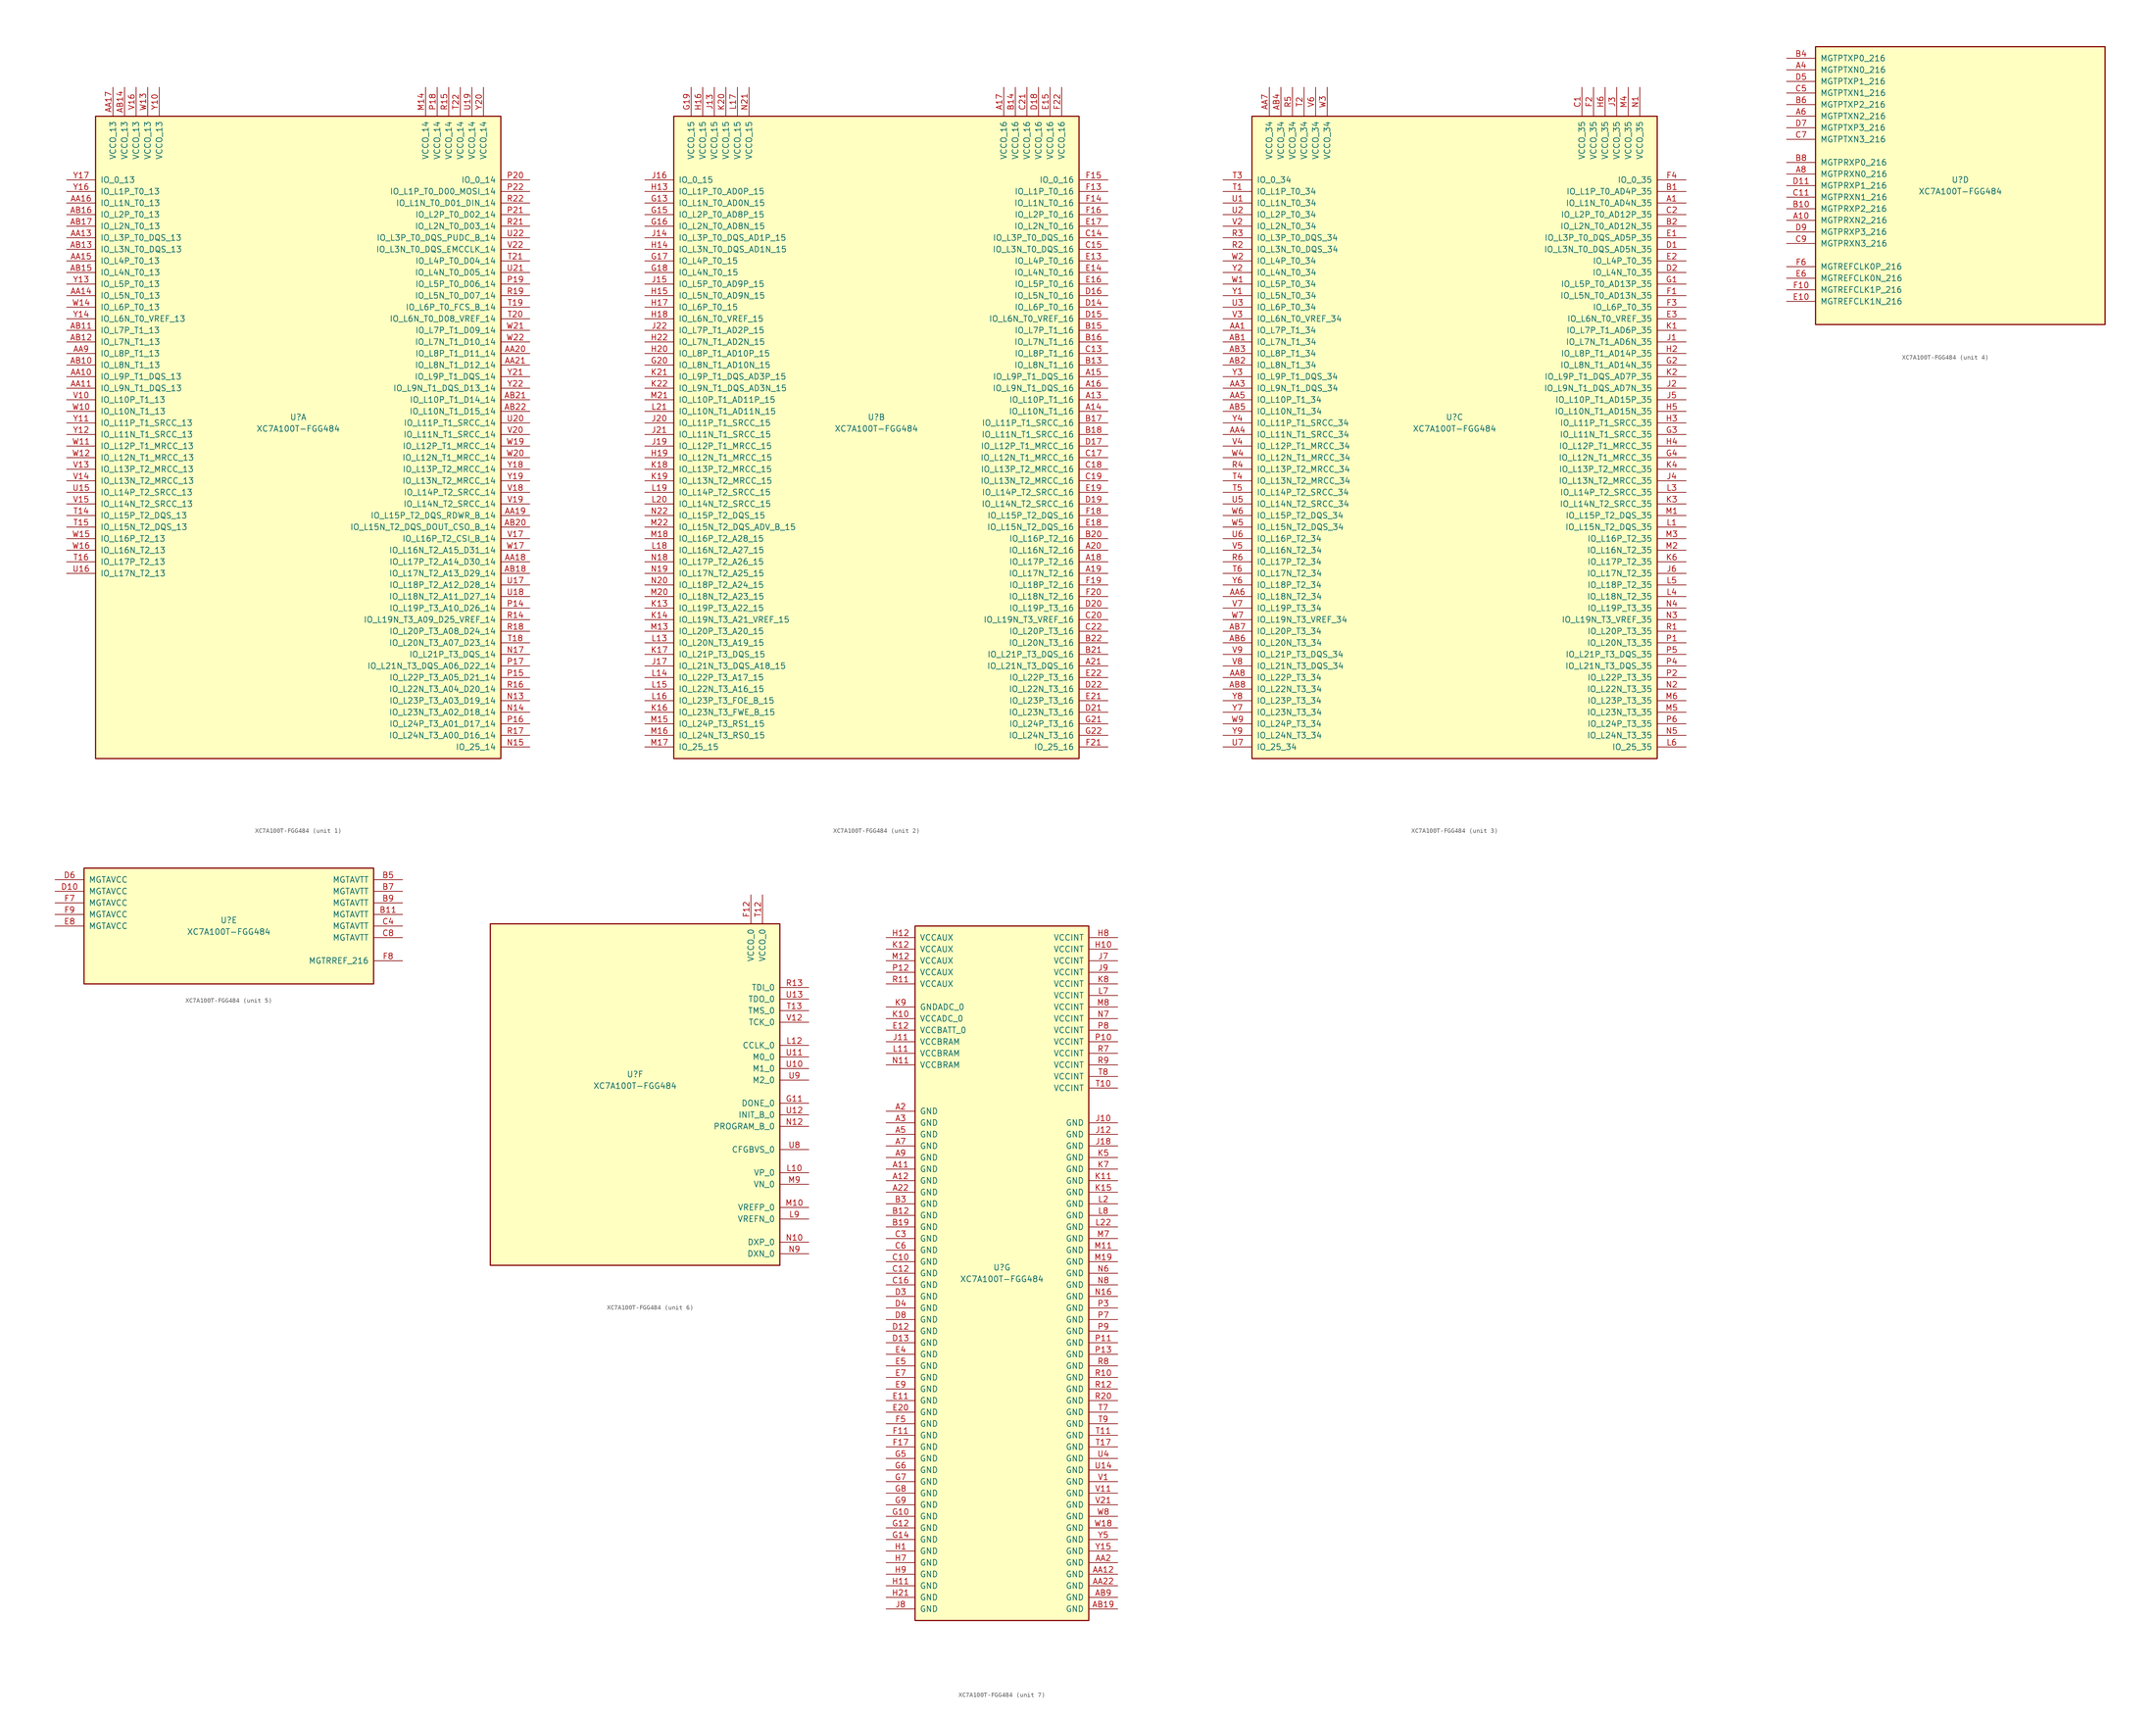
<source format=kicad_sym>
(kicad_symbol_lib
  (version 20201005)
  (generator kicad_symbol_editor)
  (symbol "XC7A100T-FGG484"
    (pin_names
      (offset 1.016))
    (property "Reference" "U"
      (at 0 1.27 0)
      (effects (font (size 1.27 1.27))))
    (property "Value" "XC7A100T-FGG484"
      (at 0 -1.27 0)
      (effects (font (size 1.27 1.27))))
    (property "Datasheet" ""
      (at 0 0 0)
      (effects (font (size 1.27 1.27))))
    (property "ki_locked" ""
      (at 0 0 0)
      (effects (font (size 1.27 1.27))))
    (symbol "XC7A100T-FGG484_1_1"
      (rectangle (start -44.45 67.31) (end 44.45 -73.66) (stroke (width 0.254)) (fill (type background)))
      (pin bidirectional line (at -50.8 10.16 0) (length 6.35) (name "IO_L9P_T1_DQS_13" (effects (font (size 1.27 1.27)))) (number "AA10" (effects (font (size 1.27 1.27)))))
      (pin bidirectional line (at -50.8 7.62 0) (length 6.35) (name "IO_L9N_T1_DQS_13" (effects (font (size 1.27 1.27)))) (number "AA11" (effects (font (size 1.27 1.27)))))
      (pin bidirectional line (at -50.8 40.64 0) (length 6.35) (name "IO_L3P_T0_DQS_13" (effects (font (size 1.27 1.27)))) (number "AA13" (effects (font (size 1.27 1.27)))))
      (pin bidirectional line (at -50.8 27.94 0) (length 6.35) (name "IO_L5N_T0_13" (effects (font (size 1.27 1.27)))) (number "AA14" (effects (font (size 1.27 1.27)))))
      (pin bidirectional line (at -50.8 35.56 0) (length 6.35) (name "IO_L4P_T0_13" (effects (font (size 1.27 1.27)))) (number "AA15" (effects (font (size 1.27 1.27)))))
      (pin bidirectional line (at -50.8 48.26 0) (length 6.35) (name "IO_L1N_T0_13" (effects (font (size 1.27 1.27)))) (number "AA16" (effects (font (size 1.27 1.27)))))
      (pin power_in line (at -40.64 73.66 270) (length 6.35) (name "VCCO_13" (effects (font (size 1.27 1.27)))) (number "AA17" (effects (font (size 1.27 1.27)))))
      (pin bidirectional line (at 50.8 -30.48 180) (length 6.35) (name "IO_L17P_T2_A14_D30_14" (effects (font (size 1.27 1.27)))) (number "AA18" (effects (font (size 1.27 1.27)))))
      (pin bidirectional line (at 50.8 -20.32 180) (length 6.35) (name "IO_L15P_T2_DQS_RDWR_B_14" (effects (font (size 1.27 1.27)))) (number "AA19" (effects (font (size 1.27 1.27)))))
      (pin bidirectional line (at 50.8 15.24 180) (length 6.35) (name "IO_L8P_T1_D11_14" (effects (font (size 1.27 1.27)))) (number "AA20" (effects (font (size 1.27 1.27)))))
      (pin bidirectional line (at 50.8 12.7 180) (length 6.35) (name "IO_L8N_T1_D12_14" (effects (font (size 1.27 1.27)))) (number "AA21" (effects (font (size 1.27 1.27)))))
      (pin bidirectional line (at -50.8 15.24 0) (length 6.35) (name "IO_L8P_T1_13" (effects (font (size 1.27 1.27)))) (number "AA9" (effects (font (size 1.27 1.27)))))
      (pin bidirectional line (at -50.8 12.7 0) (length 6.35) (name "IO_L8N_T1_13" (effects (font (size 1.27 1.27)))) (number "AB10" (effects (font (size 1.27 1.27)))))
      (pin bidirectional line (at -50.8 20.32 0) (length 6.35) (name "IO_L7P_T1_13" (effects (font (size 1.27 1.27)))) (number "AB11" (effects (font (size 1.27 1.27)))))
      (pin bidirectional line (at -50.8 17.78 0) (length 6.35) (name "IO_L7N_T1_13" (effects (font (size 1.27 1.27)))) (number "AB12" (effects (font (size 1.27 1.27)))))
      (pin bidirectional line (at -50.8 38.1 0) (length 6.35) (name "IO_L3N_T0_DQS_13" (effects (font (size 1.27 1.27)))) (number "AB13" (effects (font (size 1.27 1.27)))))
      (pin power_in line (at -38.1 73.66 270) (length 6.35) (name "VCCO_13" (effects (font (size 1.27 1.27)))) (number "AB14" (effects (font (size 1.27 1.27)))))
      (pin bidirectional line (at -50.8 33.02 0) (length 6.35) (name "IO_L4N_T0_13" (effects (font (size 1.27 1.27)))) (number "AB15" (effects (font (size 1.27 1.27)))))
      (pin bidirectional line (at -50.8 45.72 0) (length 6.35) (name "IO_L2P_T0_13" (effects (font (size 1.27 1.27)))) (number "AB16" (effects (font (size 1.27 1.27)))))
      (pin bidirectional line (at -50.8 43.18 0) (length 6.35) (name "IO_L2N_T0_13" (effects (font (size 1.27 1.27)))) (number "AB17" (effects (font (size 1.27 1.27)))))
      (pin bidirectional line (at 50.8 -33.02 180) (length 6.35) (name "IO_L17N_T2_A13_D29_14" (effects (font (size 1.27 1.27)))) (number "AB18" (effects (font (size 1.27 1.27)))))
      (pin bidirectional line (at 50.8 -22.86 180) (length 6.35) (name "IO_L15N_T2_DQS_DOUT_CSO_B_14" (effects (font (size 1.27 1.27)))) (number "AB20" (effects (font (size 1.27 1.27)))))
      (pin bidirectional line (at 50.8 5.08 180) (length 6.35) (name "IO_L10P_T1_D14_14" (effects (font (size 1.27 1.27)))) (number "AB21" (effects (font (size 1.27 1.27)))))
      (pin bidirectional line (at 50.8 2.54 180) (length 6.35) (name "IO_L10N_T1_D15_14" (effects (font (size 1.27 1.27)))) (number "AB22" (effects (font (size 1.27 1.27)))))
      (pin power_in line (at 27.94 73.66 270) (length 6.35) (name "VCCO_14" (effects (font (size 1.27 1.27)))) (number "M14" (effects (font (size 1.27 1.27)))))
      (pin bidirectional line (at 50.8 -60.96 180) (length 6.35) (name "IO_L23P_T3_A03_D19_14" (effects (font (size 1.27 1.27)))) (number "N13" (effects (font (size 1.27 1.27)))))
      (pin bidirectional line (at 50.8 -63.5 180) (length 6.35) (name "IO_L23N_T3_A02_D18_14" (effects (font (size 1.27 1.27)))) (number "N14" (effects (font (size 1.27 1.27)))))
      (pin bidirectional line (at 50.8 -71.12 180) (length 6.35) (name "IO_25_14" (effects (font (size 1.27 1.27)))) (number "N15" (effects (font (size 1.27 1.27)))))
      (pin bidirectional line (at 50.8 -50.8 180) (length 6.35) (name "IO_L21P_T3_DQS_14" (effects (font (size 1.27 1.27)))) (number "N17" (effects (font (size 1.27 1.27)))))
      (pin bidirectional line (at 50.8 -40.64 180) (length 6.35) (name "IO_L19P_T3_A10_D26_14" (effects (font (size 1.27 1.27)))) (number "P14" (effects (font (size 1.27 1.27)))))
      (pin bidirectional line (at 50.8 -55.88 180) (length 6.35) (name "IO_L22P_T3_A05_D21_14" (effects (font (size 1.27 1.27)))) (number "P15" (effects (font (size 1.27 1.27)))))
      (pin bidirectional line (at 50.8 -66.04 180) (length 6.35) (name "IO_L24P_T3_A01_D17_14" (effects (font (size 1.27 1.27)))) (number "P16" (effects (font (size 1.27 1.27)))))
      (pin bidirectional line (at 50.8 -53.34 180) (length 6.35) (name "IO_L21N_T3_DQS_A06_D22_14" (effects (font (size 1.27 1.27)))) (number "P17" (effects (font (size 1.27 1.27)))))
      (pin power_in line (at 30.48 73.66 270) (length 6.35) (name "VCCO_14" (effects (font (size 1.27 1.27)))) (number "P18" (effects (font (size 1.27 1.27)))))
      (pin bidirectional line (at 50.8 30.48 180) (length 6.35) (name "IO_L5P_T0_D06_14" (effects (font (size 1.27 1.27)))) (number "P19" (effects (font (size 1.27 1.27)))))
      (pin bidirectional line (at 50.8 53.34 180) (length 6.35) (name "IO_0_14" (effects (font (size 1.27 1.27)))) (number "P20" (effects (font (size 1.27 1.27)))))
      (pin bidirectional line (at 50.8 45.72 180) (length 6.35) (name "IO_L2P_T0_D02_14" (effects (font (size 1.27 1.27)))) (number "P21" (effects (font (size 1.27 1.27)))))
      (pin bidirectional line (at 50.8 50.8 180) (length 6.35) (name "IO_L1P_T0_D00_MOSI_14" (effects (font (size 1.27 1.27)))) (number "P22" (effects (font (size 1.27 1.27)))))
      (pin bidirectional line (at 50.8 -43.18 180) (length 6.35) (name "IO_L19N_T3_A09_D25_VREF_14" (effects (font (size 1.27 1.27)))) (number "R14" (effects (font (size 1.27 1.27)))))
      (pin power_in line (at 33.02 73.66 270) (length 6.35) (name "VCCO_14" (effects (font (size 1.27 1.27)))) (number "R15" (effects (font (size 1.27 1.27)))))
      (pin bidirectional line (at 50.8 -58.42 180) (length 6.35) (name "IO_L22N_T3_A04_D20_14" (effects (font (size 1.27 1.27)))) (number "R16" (effects (font (size 1.27 1.27)))))
      (pin bidirectional line (at 50.8 -68.58 180) (length 6.35) (name "IO_L24N_T3_A00_D16_14" (effects (font (size 1.27 1.27)))) (number "R17" (effects (font (size 1.27 1.27)))))
      (pin bidirectional line (at 50.8 -45.72 180) (length 6.35) (name "IO_L20P_T3_A08_D24_14" (effects (font (size 1.27 1.27)))) (number "R18" (effects (font (size 1.27 1.27)))))
      (pin bidirectional line (at 50.8 27.94 180) (length 6.35) (name "IO_L5N_T0_D07_14" (effects (font (size 1.27 1.27)))) (number "R19" (effects (font (size 1.27 1.27)))))
      (pin bidirectional line (at 50.8 43.18 180) (length 6.35) (name "IO_L2N_T0_D03_14" (effects (font (size 1.27 1.27)))) (number "R21" (effects (font (size 1.27 1.27)))))
      (pin bidirectional line (at 50.8 48.26 180) (length 6.35) (name "IO_L1N_T0_D01_DIN_14" (effects (font (size 1.27 1.27)))) (number "R22" (effects (font (size 1.27 1.27)))))
      (pin bidirectional line (at -50.8 -20.32 0) (length 6.35) (name "IO_L15P_T2_DQS_13" (effects (font (size 1.27 1.27)))) (number "T14" (effects (font (size 1.27 1.27)))))
      (pin bidirectional line (at -50.8 -22.86 0) (length 6.35) (name "IO_L15N_T2_DQS_13" (effects (font (size 1.27 1.27)))) (number "T15" (effects (font (size 1.27 1.27)))))
      (pin bidirectional line (at -50.8 -30.48 0) (length 6.35) (name "IO_L17P_T2_13" (effects (font (size 1.27 1.27)))) (number "T16" (effects (font (size 1.27 1.27)))))
      (pin bidirectional line (at 50.8 -48.26 180) (length 6.35) (name "IO_L20N_T3_A07_D23_14" (effects (font (size 1.27 1.27)))) (number "T18" (effects (font (size 1.27 1.27)))))
      (pin bidirectional line (at 50.8 25.4 180) (length 6.35) (name "IO_L6P_T0_FCS_B_14" (effects (font (size 1.27 1.27)))) (number "T19" (effects (font (size 1.27 1.27)))))
      (pin bidirectional line (at 50.8 22.86 180) (length 6.35) (name "IO_L6N_T0_D08_VREF_14" (effects (font (size 1.27 1.27)))) (number "T20" (effects (font (size 1.27 1.27)))))
      (pin bidirectional line (at 50.8 35.56 180) (length 6.35) (name "IO_L4P_T0_D04_14" (effects (font (size 1.27 1.27)))) (number "T21" (effects (font (size 1.27 1.27)))))
      (pin power_in line (at 35.56 73.66 270) (length 6.35) (name "VCCO_14" (effects (font (size 1.27 1.27)))) (number "T22" (effects (font (size 1.27 1.27)))))
      (pin bidirectional line (at -50.8 -15.24 0) (length 6.35) (name "IO_L14P_T2_SRCC_13" (effects (font (size 1.27 1.27)))) (number "U15" (effects (font (size 1.27 1.27)))))
      (pin bidirectional line (at -50.8 -33.02 0) (length 6.35) (name "IO_L17N_T2_13" (effects (font (size 1.27 1.27)))) (number "U16" (effects (font (size 1.27 1.27)))))
      (pin bidirectional line (at 50.8 -35.56 180) (length 6.35) (name "IO_L18P_T2_A12_D28_14" (effects (font (size 1.27 1.27)))) (number "U17" (effects (font (size 1.27 1.27)))))
      (pin bidirectional line (at 50.8 -38.1 180) (length 6.35) (name "IO_L18N_T2_A11_D27_14" (effects (font (size 1.27 1.27)))) (number "U18" (effects (font (size 1.27 1.27)))))
      (pin power_in line (at 38.1 73.66 270) (length 6.35) (name "VCCO_14" (effects (font (size 1.27 1.27)))) (number "U19" (effects (font (size 1.27 1.27)))))
      (pin bidirectional line (at 50.8 0 180) (length 6.35) (name "IO_L11P_T1_SRCC_14" (effects (font (size 1.27 1.27)))) (number "U20" (effects (font (size 1.27 1.27)))))
      (pin bidirectional line (at 50.8 33.02 180) (length 6.35) (name "IO_L4N_T0_D05_14" (effects (font (size 1.27 1.27)))) (number "U21" (effects (font (size 1.27 1.27)))))
      (pin bidirectional line (at 50.8 40.64 180) (length 6.35) (name "IO_L3P_T0_DQS_PUDC_B_14" (effects (font (size 1.27 1.27)))) (number "U22" (effects (font (size 1.27 1.27)))))
      (pin bidirectional line (at -50.8 5.08 0) (length 6.35) (name "IO_L10P_T1_13" (effects (font (size 1.27 1.27)))) (number "V10" (effects (font (size 1.27 1.27)))))
      (pin bidirectional line (at -50.8 -10.16 0) (length 6.35) (name "IO_L13P_T2_MRCC_13" (effects (font (size 1.27 1.27)))) (number "V13" (effects (font (size 1.27 1.27)))))
      (pin bidirectional line (at -50.8 -12.7 0) (length 6.35) (name "IO_L13N_T2_MRCC_13" (effects (font (size 1.27 1.27)))) (number "V14" (effects (font (size 1.27 1.27)))))
      (pin bidirectional line (at -50.8 -17.78 0) (length 6.35) (name "IO_L14N_T2_SRCC_13" (effects (font (size 1.27 1.27)))) (number "V15" (effects (font (size 1.27 1.27)))))
      (pin power_in line (at -35.56 73.66 270) (length 6.35) (name "VCCO_13" (effects (font (size 1.27 1.27)))) (number "V16" (effects (font (size 1.27 1.27)))))
      (pin bidirectional line (at 50.8 -25.4 180) (length 6.35) (name "IO_L16P_T2_CSI_B_14" (effects (font (size 1.27 1.27)))) (number "V17" (effects (font (size 1.27 1.27)))))
      (pin bidirectional line (at 50.8 -15.24 180) (length 6.35) (name "IO_L14P_T2_SRCC_14" (effects (font (size 1.27 1.27)))) (number "V18" (effects (font (size 1.27 1.27)))))
      (pin bidirectional line (at 50.8 -17.78 180) (length 6.35) (name "IO_L14N_T2_SRCC_14" (effects (font (size 1.27 1.27)))) (number "V19" (effects (font (size 1.27 1.27)))))
      (pin bidirectional line (at 50.8 -2.54 180) (length 6.35) (name "IO_L11N_T1_SRCC_14" (effects (font (size 1.27 1.27)))) (number "V20" (effects (font (size 1.27 1.27)))))
      (pin bidirectional line (at 50.8 38.1 180) (length 6.35) (name "IO_L3N_T0_DQS_EMCCLK_14" (effects (font (size 1.27 1.27)))) (number "V22" (effects (font (size 1.27 1.27)))))
      (pin bidirectional line (at -50.8 2.54 0) (length 6.35) (name "IO_L10N_T1_13" (effects (font (size 1.27 1.27)))) (number "W10" (effects (font (size 1.27 1.27)))))
      (pin bidirectional line (at -50.8 -5.08 0) (length 6.35) (name "IO_L12P_T1_MRCC_13" (effects (font (size 1.27 1.27)))) (number "W11" (effects (font (size 1.27 1.27)))))
      (pin bidirectional line (at -50.8 -7.62 0) (length 6.35) (name "IO_L12N_T1_MRCC_13" (effects (font (size 1.27 1.27)))) (number "W12" (effects (font (size 1.27 1.27)))))
      (pin power_in line (at -33.02 73.66 270) (length 6.35) (name "VCCO_13" (effects (font (size 1.27 1.27)))) (number "W13" (effects (font (size 1.27 1.27)))))
      (pin bidirectional line (at -50.8 25.4 0) (length 6.35) (name "IO_L6P_T0_13" (effects (font (size 1.27 1.27)))) (number "W14" (effects (font (size 1.27 1.27)))))
      (pin bidirectional line (at -50.8 -25.4 0) (length 6.35) (name "IO_L16P_T2_13" (effects (font (size 1.27 1.27)))) (number "W15" (effects (font (size 1.27 1.27)))))
      (pin bidirectional line (at -50.8 -27.94 0) (length 6.35) (name "IO_L16N_T2_13" (effects (font (size 1.27 1.27)))) (number "W16" (effects (font (size 1.27 1.27)))))
      (pin bidirectional line (at 50.8 -27.94 180) (length 6.35) (name "IO_L16N_T2_A15_D31_14" (effects (font (size 1.27 1.27)))) (number "W17" (effects (font (size 1.27 1.27)))))
      (pin bidirectional line (at 50.8 -5.08 180) (length 6.35) (name "IO_L12P_T1_MRCC_14" (effects (font (size 1.27 1.27)))) (number "W19" (effects (font (size 1.27 1.27)))))
      (pin bidirectional line (at 50.8 -7.62 180) (length 6.35) (name "IO_L12N_T1_MRCC_14" (effects (font (size 1.27 1.27)))) (number "W20" (effects (font (size 1.27 1.27)))))
      (pin bidirectional line (at 50.8 20.32 180) (length 6.35) (name "IO_L7P_T1_D09_14" (effects (font (size 1.27 1.27)))) (number "W21" (effects (font (size 1.27 1.27)))))
      (pin bidirectional line (at 50.8 17.78 180) (length 6.35) (name "IO_L7N_T1_D10_14" (effects (font (size 1.27 1.27)))) (number "W22" (effects (font (size 1.27 1.27)))))
      (pin power_in line (at -30.48 73.66 270) (length 6.35) (name "VCCO_13" (effects (font (size 1.27 1.27)))) (number "Y10" (effects (font (size 1.27 1.27)))))
      (pin bidirectional line (at -50.8 0 0) (length 6.35) (name "IO_L11P_T1_SRCC_13" (effects (font (size 1.27 1.27)))) (number "Y11" (effects (font (size 1.27 1.27)))))
      (pin bidirectional line (at -50.8 -2.54 0) (length 6.35) (name "IO_L11N_T1_SRCC_13" (effects (font (size 1.27 1.27)))) (number "Y12" (effects (font (size 1.27 1.27)))))
      (pin bidirectional line (at -50.8 30.48 0) (length 6.35) (name "IO_L5P_T0_13" (effects (font (size 1.27 1.27)))) (number "Y13" (effects (font (size 1.27 1.27)))))
      (pin bidirectional line (at -50.8 22.86 0) (length 6.35) (name "IO_L6N_T0_VREF_13" (effects (font (size 1.27 1.27)))) (number "Y14" (effects (font (size 1.27 1.27)))))
      (pin bidirectional line (at -50.8 50.8 0) (length 6.35) (name "IO_L1P_T0_13" (effects (font (size 1.27 1.27)))) (number "Y16" (effects (font (size 1.27 1.27)))))
      (pin bidirectional line (at -50.8 53.34 0) (length 6.35) (name "IO_0_13" (effects (font (size 1.27 1.27)))) (number "Y17" (effects (font (size 1.27 1.27)))))
      (pin bidirectional line (at 50.8 -10.16 180) (length 6.35) (name "IO_L13P_T2_MRCC_14" (effects (font (size 1.27 1.27)))) (number "Y18" (effects (font (size 1.27 1.27)))))
      (pin bidirectional line (at 50.8 -12.7 180) (length 6.35) (name "IO_L13N_T2_MRCC_14" (effects (font (size 1.27 1.27)))) (number "Y19" (effects (font (size 1.27 1.27)))))
      (pin power_in line (at 40.64 73.66 270) (length 6.35) (name "VCCO_14" (effects (font (size 1.27 1.27)))) (number "Y20" (effects (font (size 1.27 1.27)))))
      (pin bidirectional line (at 50.8 10.16 180) (length 6.35) (name "IO_L9P_T1_DQS_14" (effects (font (size 1.27 1.27)))) (number "Y21" (effects (font (size 1.27 1.27)))))
      (pin bidirectional line (at 50.8 7.62 180) (length 6.35) (name "IO_L9N_T1_DQS_D13_14" (effects (font (size 1.27 1.27)))) (number "Y22" (effects (font (size 1.27 1.27))))))
    (symbol "XC7A100T-FGG484_2_1"
      (rectangle (start -44.45 67.31) (end 44.45 -73.66) (stroke (width 0.254)) (fill (type background)))
      (pin bidirectional line (at 50.8 5.08 180) (length 6.35) (name "IO_L10P_T1_16" (effects (font (size 1.27 1.27)))) (number "A13" (effects (font (size 1.27 1.27)))))
      (pin bidirectional line (at 50.8 2.54 180) (length 6.35) (name "IO_L10N_T1_16" (effects (font (size 1.27 1.27)))) (number "A14" (effects (font (size 1.27 1.27)))))
      (pin bidirectional line (at 50.8 10.16 180) (length 6.35) (name "IO_L9P_T1_DQS_16" (effects (font (size 1.27 1.27)))) (number "A15" (effects (font (size 1.27 1.27)))))
      (pin bidirectional line (at 50.8 7.62 180) (length 6.35) (name "IO_L9N_T1_DQS_16" (effects (font (size 1.27 1.27)))) (number "A16" (effects (font (size 1.27 1.27)))))
      (pin power_in line (at 27.94 73.66 270) (length 6.35) (name "VCCO_16" (effects (font (size 1.27 1.27)))) (number "A17" (effects (font (size 1.27 1.27)))))
      (pin bidirectional line (at 50.8 -30.48 180) (length 6.35) (name "IO_L17P_T2_16" (effects (font (size 1.27 1.27)))) (number "A18" (effects (font (size 1.27 1.27)))))
      (pin bidirectional line (at 50.8 -33.02 180) (length 6.35) (name "IO_L17N_T2_16" (effects (font (size 1.27 1.27)))) (number "A19" (effects (font (size 1.27 1.27)))))
      (pin bidirectional line (at 50.8 -27.94 180) (length 6.35) (name "IO_L16N_T2_16" (effects (font (size 1.27 1.27)))) (number "A20" (effects (font (size 1.27 1.27)))))
      (pin bidirectional line (at 50.8 -53.34 180) (length 6.35) (name "IO_L21N_T3_DQS_16" (effects (font (size 1.27 1.27)))) (number "A21" (effects (font (size 1.27 1.27)))))
      (pin bidirectional line (at 50.8 12.7 180) (length 6.35) (name "IO_L8N_T1_16" (effects (font (size 1.27 1.27)))) (number "B13" (effects (font (size 1.27 1.27)))))
      (pin power_in line (at 30.48 73.66 270) (length 6.35) (name "VCCO_16" (effects (font (size 1.27 1.27)))) (number "B14" (effects (font (size 1.27 1.27)))))
      (pin bidirectional line (at 50.8 20.32 180) (length 6.35) (name "IO_L7P_T1_16" (effects (font (size 1.27 1.27)))) (number "B15" (effects (font (size 1.27 1.27)))))
      (pin bidirectional line (at 50.8 17.78 180) (length 6.35) (name "IO_L7N_T1_16" (effects (font (size 1.27 1.27)))) (number "B16" (effects (font (size 1.27 1.27)))))
      (pin bidirectional line (at 50.8 0 180) (length 6.35) (name "IO_L11P_T1_SRCC_16" (effects (font (size 1.27 1.27)))) (number "B17" (effects (font (size 1.27 1.27)))))
      (pin bidirectional line (at 50.8 -2.54 180) (length 6.35) (name "IO_L11N_T1_SRCC_16" (effects (font (size 1.27 1.27)))) (number "B18" (effects (font (size 1.27 1.27)))))
      (pin bidirectional line (at 50.8 -25.4 180) (length 6.35) (name "IO_L16P_T2_16" (effects (font (size 1.27 1.27)))) (number "B20" (effects (font (size 1.27 1.27)))))
      (pin bidirectional line (at 50.8 -50.8 180) (length 6.35) (name "IO_L21P_T3_DQS_16" (effects (font (size 1.27 1.27)))) (number "B21" (effects (font (size 1.27 1.27)))))
      (pin bidirectional line (at 50.8 -48.26 180) (length 6.35) (name "IO_L20N_T3_16" (effects (font (size 1.27 1.27)))) (number "B22" (effects (font (size 1.27 1.27)))))
      (pin bidirectional line (at 50.8 15.24 180) (length 6.35) (name "IO_L8P_T1_16" (effects (font (size 1.27 1.27)))) (number "C13" (effects (font (size 1.27 1.27)))))
      (pin bidirectional line (at 50.8 40.64 180) (length 6.35) (name "IO_L3P_T0_DQS_16" (effects (font (size 1.27 1.27)))) (number "C14" (effects (font (size 1.27 1.27)))))
      (pin bidirectional line (at 50.8 38.1 180) (length 6.35) (name "IO_L3N_T0_DQS_16" (effects (font (size 1.27 1.27)))) (number "C15" (effects (font (size 1.27 1.27)))))
      (pin bidirectional line (at 50.8 -7.62 180) (length 6.35) (name "IO_L12N_T1_MRCC_16" (effects (font (size 1.27 1.27)))) (number "C17" (effects (font (size 1.27 1.27)))))
      (pin bidirectional line (at 50.8 -10.16 180) (length 6.35) (name "IO_L13P_T2_MRCC_16" (effects (font (size 1.27 1.27)))) (number "C18" (effects (font (size 1.27 1.27)))))
      (pin bidirectional line (at 50.8 -12.7 180) (length 6.35) (name "IO_L13N_T2_MRCC_16" (effects (font (size 1.27 1.27)))) (number "C19" (effects (font (size 1.27 1.27)))))
      (pin bidirectional line (at 50.8 -43.18 180) (length 6.35) (name "IO_L19N_T3_VREF_16" (effects (font (size 1.27 1.27)))) (number "C20" (effects (font (size 1.27 1.27)))))
      (pin power_in line (at 33.02 73.66 270) (length 6.35) (name "VCCO_16" (effects (font (size 1.27 1.27)))) (number "C21" (effects (font (size 1.27 1.27)))))
      (pin bidirectional line (at 50.8 -45.72 180) (length 6.35) (name "IO_L20P_T3_16" (effects (font (size 1.27 1.27)))) (number "C22" (effects (font (size 1.27 1.27)))))
      (pin bidirectional line (at 50.8 25.4 180) (length 6.35) (name "IO_L6P_T0_16" (effects (font (size 1.27 1.27)))) (number "D14" (effects (font (size 1.27 1.27)))))
      (pin bidirectional line (at 50.8 22.86 180) (length 6.35) (name "IO_L6N_T0_VREF_16" (effects (font (size 1.27 1.27)))) (number "D15" (effects (font (size 1.27 1.27)))))
      (pin bidirectional line (at 50.8 27.94 180) (length 6.35) (name "IO_L5N_T0_16" (effects (font (size 1.27 1.27)))) (number "D16" (effects (font (size 1.27 1.27)))))
      (pin bidirectional line (at 50.8 -5.08 180) (length 6.35) (name "IO_L12P_T1_MRCC_16" (effects (font (size 1.27 1.27)))) (number "D17" (effects (font (size 1.27 1.27)))))
      (pin power_in line (at 35.56 73.66 270) (length 6.35) (name "VCCO_16" (effects (font (size 1.27 1.27)))) (number "D18" (effects (font (size 1.27 1.27)))))
      (pin bidirectional line (at 50.8 -17.78 180) (length 6.35) (name "IO_L14N_T2_SRCC_16" (effects (font (size 1.27 1.27)))) (number "D19" (effects (font (size 1.27 1.27)))))
      (pin bidirectional line (at 50.8 -40.64 180) (length 6.35) (name "IO_L19P_T3_16" (effects (font (size 1.27 1.27)))) (number "D20" (effects (font (size 1.27 1.27)))))
      (pin bidirectional line (at 50.8 -63.5 180) (length 6.35) (name "IO_L23N_T3_16" (effects (font (size 1.27 1.27)))) (number "D21" (effects (font (size 1.27 1.27)))))
      (pin bidirectional line (at 50.8 -58.42 180) (length 6.35) (name "IO_L22N_T3_16" (effects (font (size 1.27 1.27)))) (number "D22" (effects (font (size 1.27 1.27)))))
      (pin bidirectional line (at 50.8 35.56 180) (length 6.35) (name "IO_L4P_T0_16" (effects (font (size 1.27 1.27)))) (number "E13" (effects (font (size 1.27 1.27)))))
      (pin bidirectional line (at 50.8 33.02 180) (length 6.35) (name "IO_L4N_T0_16" (effects (font (size 1.27 1.27)))) (number "E14" (effects (font (size 1.27 1.27)))))
      (pin power_in line (at 38.1 73.66 270) (length 6.35) (name "VCCO_16" (effects (font (size 1.27 1.27)))) (number "E15" (effects (font (size 1.27 1.27)))))
      (pin bidirectional line (at 50.8 30.48 180) (length 6.35) (name "IO_L5P_T0_16" (effects (font (size 1.27 1.27)))) (number "E16" (effects (font (size 1.27 1.27)))))
      (pin bidirectional line (at 50.8 43.18 180) (length 6.35) (name "IO_L2N_T0_16" (effects (font (size 1.27 1.27)))) (number "E17" (effects (font (size 1.27 1.27)))))
      (pin bidirectional line (at 50.8 -22.86 180) (length 6.35) (name "IO_L15N_T2_DQS_16" (effects (font (size 1.27 1.27)))) (number "E18" (effects (font (size 1.27 1.27)))))
      (pin bidirectional line (at 50.8 -15.24 180) (length 6.35) (name "IO_L14P_T2_SRCC_16" (effects (font (size 1.27 1.27)))) (number "E19" (effects (font (size 1.27 1.27)))))
      (pin bidirectional line (at 50.8 -60.96 180) (length 6.35) (name "IO_L23P_T3_16" (effects (font (size 1.27 1.27)))) (number "E21" (effects (font (size 1.27 1.27)))))
      (pin bidirectional line (at 50.8 -55.88 180) (length 6.35) (name "IO_L22P_T3_16" (effects (font (size 1.27 1.27)))) (number "E22" (effects (font (size 1.27 1.27)))))
      (pin bidirectional line (at 50.8 50.8 180) (length 6.35) (name "IO_L1P_T0_16" (effects (font (size 1.27 1.27)))) (number "F13" (effects (font (size 1.27 1.27)))))
      (pin bidirectional line (at 50.8 48.26 180) (length 6.35) (name "IO_L1N_T0_16" (effects (font (size 1.27 1.27)))) (number "F14" (effects (font (size 1.27 1.27)))))
      (pin bidirectional line (at 50.8 53.34 180) (length 6.35) (name "IO_0_16" (effects (font (size 1.27 1.27)))) (number "F15" (effects (font (size 1.27 1.27)))))
      (pin bidirectional line (at 50.8 45.72 180) (length 6.35) (name "IO_L2P_T0_16" (effects (font (size 1.27 1.27)))) (number "F16" (effects (font (size 1.27 1.27)))))
      (pin bidirectional line (at 50.8 -20.32 180) (length 6.35) (name "IO_L15P_T2_DQS_16" (effects (font (size 1.27 1.27)))) (number "F18" (effects (font (size 1.27 1.27)))))
      (pin bidirectional line (at 50.8 -35.56 180) (length 6.35) (name "IO_L18P_T2_16" (effects (font (size 1.27 1.27)))) (number "F19" (effects (font (size 1.27 1.27)))))
      (pin bidirectional line (at 50.8 -38.1 180) (length 6.35) (name "IO_L18N_T2_16" (effects (font (size 1.27 1.27)))) (number "F20" (effects (font (size 1.27 1.27)))))
      (pin bidirectional line (at 50.8 -71.12 180) (length 6.35) (name "IO_25_16" (effects (font (size 1.27 1.27)))) (number "F21" (effects (font (size 1.27 1.27)))))
      (pin power_in line (at 40.64 73.66 270) (length 6.35) (name "VCCO_16" (effects (font (size 1.27 1.27)))) (number "F22" (effects (font (size 1.27 1.27)))))
      (pin bidirectional line (at -50.8 48.26 0) (length 6.35) (name "IO_L1N_T0_AD0N_15" (effects (font (size 1.27 1.27)))) (number "G13" (effects (font (size 1.27 1.27)))))
      (pin bidirectional line (at -50.8 45.72 0) (length 6.35) (name "IO_L2P_T0_AD8P_15" (effects (font (size 1.27 1.27)))) (number "G15" (effects (font (size 1.27 1.27)))))
      (pin bidirectional line (at -50.8 43.18 0) (length 6.35) (name "IO_L2N_T0_AD8N_15" (effects (font (size 1.27 1.27)))) (number "G16" (effects (font (size 1.27 1.27)))))
      (pin bidirectional line (at -50.8 35.56 0) (length 6.35) (name "IO_L4P_T0_15" (effects (font (size 1.27 1.27)))) (number "G17" (effects (font (size 1.27 1.27)))))
      (pin bidirectional line (at -50.8 33.02 0) (length 6.35) (name "IO_L4N_T0_15" (effects (font (size 1.27 1.27)))) (number "G18" (effects (font (size 1.27 1.27)))))
      (pin power_in line (at -40.64 73.66 270) (length 6.35) (name "VCCO_15" (effects (font (size 1.27 1.27)))) (number "G19" (effects (font (size 1.27 1.27)))))
      (pin bidirectional line (at -50.8 12.7 0) (length 6.35) (name "IO_L8N_T1_AD10N_15" (effects (font (size 1.27 1.27)))) (number "G20" (effects (font (size 1.27 1.27)))))
      (pin bidirectional line (at 50.8 -66.04 180) (length 6.35) (name "IO_L24P_T3_16" (effects (font (size 1.27 1.27)))) (number "G21" (effects (font (size 1.27 1.27)))))
      (pin bidirectional line (at 50.8 -68.58 180) (length 6.35) (name "IO_L24N_T3_16" (effects (font (size 1.27 1.27)))) (number "G22" (effects (font (size 1.27 1.27)))))
      (pin bidirectional line (at -50.8 50.8 0) (length 6.35) (name "IO_L1P_T0_AD0P_15" (effects (font (size 1.27 1.27)))) (number "H13" (effects (font (size 1.27 1.27)))))
      (pin bidirectional line (at -50.8 38.1 0) (length 6.35) (name "IO_L3N_T0_DQS_AD1N_15" (effects (font (size 1.27 1.27)))) (number "H14" (effects (font (size 1.27 1.27)))))
      (pin bidirectional line (at -50.8 27.94 0) (length 6.35) (name "IO_L5N_T0_AD9N_15" (effects (font (size 1.27 1.27)))) (number "H15" (effects (font (size 1.27 1.27)))))
      (pin power_in line (at -38.1 73.66 270) (length 6.35) (name "VCCO_15" (effects (font (size 1.27 1.27)))) (number "H16" (effects (font (size 1.27 1.27)))))
      (pin bidirectional line (at -50.8 25.4 0) (length 6.35) (name "IO_L6P_T0_15" (effects (font (size 1.27 1.27)))) (number "H17" (effects (font (size 1.27 1.27)))))
      (pin bidirectional line (at -50.8 22.86 0) (length 6.35) (name "IO_L6N_T0_VREF_15" (effects (font (size 1.27 1.27)))) (number "H18" (effects (font (size 1.27 1.27)))))
      (pin bidirectional line (at -50.8 -7.62 0) (length 6.35) (name "IO_L12N_T1_MRCC_15" (effects (font (size 1.27 1.27)))) (number "H19" (effects (font (size 1.27 1.27)))))
      (pin bidirectional line (at -50.8 15.24 0) (length 6.35) (name "IO_L8P_T1_AD10P_15" (effects (font (size 1.27 1.27)))) (number "H20" (effects (font (size 1.27 1.27)))))
      (pin bidirectional line (at -50.8 17.78 0) (length 6.35) (name "IO_L7N_T1_AD2N_15" (effects (font (size 1.27 1.27)))) (number "H22" (effects (font (size 1.27 1.27)))))
      (pin power_in line (at -35.56 73.66 270) (length 6.35) (name "VCCO_15" (effects (font (size 1.27 1.27)))) (number "J13" (effects (font (size 1.27 1.27)))))
      (pin bidirectional line (at -50.8 40.64 0) (length 6.35) (name "IO_L3P_T0_DQS_AD1P_15" (effects (font (size 1.27 1.27)))) (number "J14" (effects (font (size 1.27 1.27)))))
      (pin bidirectional line (at -50.8 30.48 0) (length 6.35) (name "IO_L5P_T0_AD9P_15" (effects (font (size 1.27 1.27)))) (number "J15" (effects (font (size 1.27 1.27)))))
      (pin bidirectional line (at -50.8 53.34 0) (length 6.35) (name "IO_0_15" (effects (font (size 1.27 1.27)))) (number "J16" (effects (font (size 1.27 1.27)))))
      (pin bidirectional line (at -50.8 -53.34 0) (length 6.35) (name "IO_L21N_T3_DQS_A18_15" (effects (font (size 1.27 1.27)))) (number "J17" (effects (font (size 1.27 1.27)))))
      (pin bidirectional line (at -50.8 -5.08 0) (length 6.35) (name "IO_L12P_T1_MRCC_15" (effects (font (size 1.27 1.27)))) (number "J19" (effects (font (size 1.27 1.27)))))
      (pin bidirectional line (at -50.8 0 0) (length 6.35) (name "IO_L11P_T1_SRCC_15" (effects (font (size 1.27 1.27)))) (number "J20" (effects (font (size 1.27 1.27)))))
      (pin bidirectional line (at -50.8 -2.54 0) (length 6.35) (name "IO_L11N_T1_SRCC_15" (effects (font (size 1.27 1.27)))) (number "J21" (effects (font (size 1.27 1.27)))))
      (pin bidirectional line (at -50.8 20.32 0) (length 6.35) (name "IO_L7P_T1_AD2P_15" (effects (font (size 1.27 1.27)))) (number "J22" (effects (font (size 1.27 1.27)))))
      (pin bidirectional line (at -50.8 -40.64 0) (length 6.35) (name "IO_L19P_T3_A22_15" (effects (font (size 1.27 1.27)))) (number "K13" (effects (font (size 1.27 1.27)))))
      (pin bidirectional line (at -50.8 -43.18 0) (length 6.35) (name "IO_L19N_T3_A21_VREF_15" (effects (font (size 1.27 1.27)))) (number "K14" (effects (font (size 1.27 1.27)))))
      (pin bidirectional line (at -50.8 -63.5 0) (length 6.35) (name "IO_L23N_T3_FWE_B_15" (effects (font (size 1.27 1.27)))) (number "K16" (effects (font (size 1.27 1.27)))))
      (pin bidirectional line (at -50.8 -50.8 0) (length 6.35) (name "IO_L21P_T3_DQS_15" (effects (font (size 1.27 1.27)))) (number "K17" (effects (font (size 1.27 1.27)))))
      (pin bidirectional line (at -50.8 -10.16 0) (length 6.35) (name "IO_L13P_T2_MRCC_15" (effects (font (size 1.27 1.27)))) (number "K18" (effects (font (size 1.27 1.27)))))
      (pin bidirectional line (at -50.8 -12.7 0) (length 6.35) (name "IO_L13N_T2_MRCC_15" (effects (font (size 1.27 1.27)))) (number "K19" (effects (font (size 1.27 1.27)))))
      (pin power_in line (at -33.02 73.66 270) (length 6.35) (name "VCCO_15" (effects (font (size 1.27 1.27)))) (number "K20" (effects (font (size 1.27 1.27)))))
      (pin bidirectional line (at -50.8 10.16 0) (length 6.35) (name "IO_L9P_T1_DQS_AD3P_15" (effects (font (size 1.27 1.27)))) (number "K21" (effects (font (size 1.27 1.27)))))
      (pin bidirectional line (at -50.8 7.62 0) (length 6.35) (name "IO_L9N_T1_DQS_AD3N_15" (effects (font (size 1.27 1.27)))) (number "K22" (effects (font (size 1.27 1.27)))))
      (pin bidirectional line (at -50.8 -48.26 0) (length 6.35) (name "IO_L20N_T3_A19_15" (effects (font (size 1.27 1.27)))) (number "L13" (effects (font (size 1.27 1.27)))))
      (pin bidirectional line (at -50.8 -55.88 0) (length 6.35) (name "IO_L22P_T3_A17_15" (effects (font (size 1.27 1.27)))) (number "L14" (effects (font (size 1.27 1.27)))))
      (pin bidirectional line (at -50.8 -58.42 0) (length 6.35) (name "IO_L22N_T3_A16_15" (effects (font (size 1.27 1.27)))) (number "L15" (effects (font (size 1.27 1.27)))))
      (pin bidirectional line (at -50.8 -60.96 0) (length 6.35) (name "IO_L23P_T3_FOE_B_15" (effects (font (size 1.27 1.27)))) (number "L16" (effects (font (size 1.27 1.27)))))
      (pin power_in line (at -30.48 73.66 270) (length 6.35) (name "VCCO_15" (effects (font (size 1.27 1.27)))) (number "L17" (effects (font (size 1.27 1.27)))))
      (pin bidirectional line (at -50.8 -27.94 0) (length 6.35) (name "IO_L16N_T2_A27_15" (effects (font (size 1.27 1.27)))) (number "L18" (effects (font (size 1.27 1.27)))))
      (pin bidirectional line (at -50.8 -15.24 0) (length 6.35) (name "IO_L14P_T2_SRCC_15" (effects (font (size 1.27 1.27)))) (number "L19" (effects (font (size 1.27 1.27)))))
      (pin bidirectional line (at -50.8 -17.78 0) (length 6.35) (name "IO_L14N_T2_SRCC_15" (effects (font (size 1.27 1.27)))) (number "L20" (effects (font (size 1.27 1.27)))))
      (pin bidirectional line (at -50.8 2.54 0) (length 6.35) (name "IO_L10N_T1_AD11N_15" (effects (font (size 1.27 1.27)))) (number "L21" (effects (font (size 1.27 1.27)))))
      (pin bidirectional line (at -50.8 -45.72 0) (length 6.35) (name "IO_L20P_T3_A20_15" (effects (font (size 1.27 1.27)))) (number "M13" (effects (font (size 1.27 1.27)))))
      (pin bidirectional line (at -50.8 -66.04 0) (length 6.35) (name "IO_L24P_T3_RS1_15" (effects (font (size 1.27 1.27)))) (number "M15" (effects (font (size 1.27 1.27)))))
      (pin bidirectional line (at -50.8 -68.58 0) (length 6.35) (name "IO_L24N_T3_RS0_15" (effects (font (size 1.27 1.27)))) (number "M16" (effects (font (size 1.27 1.27)))))
      (pin bidirectional line (at -50.8 -71.12 0) (length 6.35) (name "IO_25_15" (effects (font (size 1.27 1.27)))) (number "M17" (effects (font (size 1.27 1.27)))))
      (pin bidirectional line (at -50.8 -25.4 0) (length 6.35) (name "IO_L16P_T2_A28_15" (effects (font (size 1.27 1.27)))) (number "M18" (effects (font (size 1.27 1.27)))))
      (pin bidirectional line (at -50.8 -38.1 0) (length 6.35) (name "IO_L18N_T2_A23_15" (effects (font (size 1.27 1.27)))) (number "M20" (effects (font (size 1.27 1.27)))))
      (pin bidirectional line (at -50.8 5.08 0) (length 6.35) (name "IO_L10P_T1_AD11P_15" (effects (font (size 1.27 1.27)))) (number "M21" (effects (font (size 1.27 1.27)))))
      (pin bidirectional line (at -50.8 -22.86 0) (length 6.35) (name "IO_L15N_T2_DQS_ADV_B_15" (effects (font (size 1.27 1.27)))) (number "M22" (effects (font (size 1.27 1.27)))))
      (pin bidirectional line (at -50.8 -30.48 0) (length 6.35) (name "IO_L17P_T2_A26_15" (effects (font (size 1.27 1.27)))) (number "N18" (effects (font (size 1.27 1.27)))))
      (pin bidirectional line (at -50.8 -33.02 0) (length 6.35) (name "IO_L17N_T2_A25_15" (effects (font (size 1.27 1.27)))) (number "N19" (effects (font (size 1.27 1.27)))))
      (pin bidirectional line (at -50.8 -35.56 0) (length 6.35) (name "IO_L18P_T2_A24_15" (effects (font (size 1.27 1.27)))) (number "N20" (effects (font (size 1.27 1.27)))))
      (pin power_in line (at -27.94 73.66 270) (length 6.35) (name "VCCO_15" (effects (font (size 1.27 1.27)))) (number "N21" (effects (font (size 1.27 1.27)))))
      (pin bidirectional line (at -50.8 -20.32 0) (length 6.35) (name "IO_L15P_T2_DQS_15" (effects (font (size 1.27 1.27)))) (number "N22" (effects (font (size 1.27 1.27))))))
    (symbol "XC7A100T-FGG484_3_1"
      (rectangle (start -44.45 67.31) (end 44.45 -73.66) (stroke (width 0.254)) (fill (type background)))
      (pin bidirectional line (at 50.8 48.26 180) (length 6.35) (name "IO_L1N_T0_AD4N_35" (effects (font (size 1.27 1.27)))) (number "A1" (effects (font (size 1.27 1.27)))))
      (pin bidirectional line (at -50.8 20.32 0) (length 6.35) (name "IO_L7P_T1_34" (effects (font (size 1.27 1.27)))) (number "AA1" (effects (font (size 1.27 1.27)))))
      (pin bidirectional line (at -50.8 7.62 0) (length 6.35) (name "IO_L9N_T1_DQS_34" (effects (font (size 1.27 1.27)))) (number "AA3" (effects (font (size 1.27 1.27)))))
      (pin bidirectional line (at -50.8 -2.54 0) (length 6.35) (name "IO_L11N_T1_SRCC_34" (effects (font (size 1.27 1.27)))) (number "AA4" (effects (font (size 1.27 1.27)))))
      (pin bidirectional line (at -50.8 5.08 0) (length 6.35) (name "IO_L10P_T1_34" (effects (font (size 1.27 1.27)))) (number "AA5" (effects (font (size 1.27 1.27)))))
      (pin bidirectional line (at -50.8 -38.1 0) (length 6.35) (name "IO_L18N_T2_34" (effects (font (size 1.27 1.27)))) (number "AA6" (effects (font (size 1.27 1.27)))))
      (pin power_in line (at -40.64 73.66 270) (length 6.35) (name "VCCO_34" (effects (font (size 1.27 1.27)))) (number "AA7" (effects (font (size 1.27 1.27)))))
      (pin bidirectional line (at -50.8 -55.88 0) (length 6.35) (name "IO_L22P_T3_34" (effects (font (size 1.27 1.27)))) (number "AA8" (effects (font (size 1.27 1.27)))))
      (pin bidirectional line (at -50.8 17.78 0) (length 6.35) (name "IO_L7N_T1_34" (effects (font (size 1.27 1.27)))) (number "AB1" (effects (font (size 1.27 1.27)))))
      (pin bidirectional line (at -50.8 12.7 0) (length 6.35) (name "IO_L8N_T1_34" (effects (font (size 1.27 1.27)))) (number "AB2" (effects (font (size 1.27 1.27)))))
      (pin bidirectional line (at -50.8 15.24 0) (length 6.35) (name "IO_L8P_T1_34" (effects (font (size 1.27 1.27)))) (number "AB3" (effects (font (size 1.27 1.27)))))
      (pin power_in line (at -38.1 73.66 270) (length 6.35) (name "VCCO_34" (effects (font (size 1.27 1.27)))) (number "AB4" (effects (font (size 1.27 1.27)))))
      (pin bidirectional line (at -50.8 2.54 0) (length 6.35) (name "IO_L10N_T1_34" (effects (font (size 1.27 1.27)))) (number "AB5" (effects (font (size 1.27 1.27)))))
      (pin bidirectional line (at -50.8 -48.26 0) (length 6.35) (name "IO_L20N_T3_34" (effects (font (size 1.27 1.27)))) (number "AB6" (effects (font (size 1.27 1.27)))))
      (pin bidirectional line (at -50.8 -45.72 0) (length 6.35) (name "IO_L20P_T3_34" (effects (font (size 1.27 1.27)))) (number "AB7" (effects (font (size 1.27 1.27)))))
      (pin bidirectional line (at -50.8 -58.42 0) (length 6.35) (name "IO_L22N_T3_34" (effects (font (size 1.27 1.27)))) (number "AB8" (effects (font (size 1.27 1.27)))))
      (pin bidirectional line (at 50.8 50.8 180) (length 6.35) (name "IO_L1P_T0_AD4P_35" (effects (font (size 1.27 1.27)))) (number "B1" (effects (font (size 1.27 1.27)))))
      (pin bidirectional line (at 50.8 43.18 180) (length 6.35) (name "IO_L2N_T0_AD12N_35" (effects (font (size 1.27 1.27)))) (number "B2" (effects (font (size 1.27 1.27)))))
      (pin power_in line (at 27.94 73.66 270) (length 6.35) (name "VCCO_35" (effects (font (size 1.27 1.27)))) (number "C1" (effects (font (size 1.27 1.27)))))
      (pin bidirectional line (at 50.8 45.72 180) (length 6.35) (name "IO_L2P_T0_AD12P_35" (effects (font (size 1.27 1.27)))) (number "C2" (effects (font (size 1.27 1.27)))))
      (pin bidirectional line (at 50.8 38.1 180) (length 6.35) (name "IO_L3N_T0_DQS_AD5N_35" (effects (font (size 1.27 1.27)))) (number "D1" (effects (font (size 1.27 1.27)))))
      (pin bidirectional line (at 50.8 33.02 180) (length 6.35) (name "IO_L4N_T0_35" (effects (font (size 1.27 1.27)))) (number "D2" (effects (font (size 1.27 1.27)))))
      (pin bidirectional line (at 50.8 40.64 180) (length 6.35) (name "IO_L3P_T0_DQS_AD5P_35" (effects (font (size 1.27 1.27)))) (number "E1" (effects (font (size 1.27 1.27)))))
      (pin bidirectional line (at 50.8 35.56 180) (length 6.35) (name "IO_L4P_T0_35" (effects (font (size 1.27 1.27)))) (number "E2" (effects (font (size 1.27 1.27)))))
      (pin bidirectional line (at 50.8 22.86 180) (length 6.35) (name "IO_L6N_T0_VREF_35" (effects (font (size 1.27 1.27)))) (number "E3" (effects (font (size 1.27 1.27)))))
      (pin bidirectional line (at 50.8 27.94 180) (length 6.35) (name "IO_L5N_T0_AD13N_35" (effects (font (size 1.27 1.27)))) (number "F1" (effects (font (size 1.27 1.27)))))
      (pin power_in line (at 30.48 73.66 270) (length 6.35) (name "VCCO_35" (effects (font (size 1.27 1.27)))) (number "F2" (effects (font (size 1.27 1.27)))))
      (pin bidirectional line (at 50.8 25.4 180) (length 6.35) (name "IO_L6P_T0_35" (effects (font (size 1.27 1.27)))) (number "F3" (effects (font (size 1.27 1.27)))))
      (pin bidirectional line (at 50.8 53.34 180) (length 6.35) (name "IO_0_35" (effects (font (size 1.27 1.27)))) (number "F4" (effects (font (size 1.27 1.27)))))
      (pin bidirectional line (at 50.8 30.48 180) (length 6.35) (name "IO_L5P_T0_AD13P_35" (effects (font (size 1.27 1.27)))) (number "G1" (effects (font (size 1.27 1.27)))))
      (pin bidirectional line (at 50.8 12.7 180) (length 6.35) (name "IO_L8N_T1_AD14N_35" (effects (font (size 1.27 1.27)))) (number "G2" (effects (font (size 1.27 1.27)))))
      (pin bidirectional line (at 50.8 -2.54 180) (length 6.35) (name "IO_L11N_T1_SRCC_35" (effects (font (size 1.27 1.27)))) (number "G3" (effects (font (size 1.27 1.27)))))
      (pin bidirectional line (at 50.8 -7.62 180) (length 6.35) (name "IO_L12N_T1_MRCC_35" (effects (font (size 1.27 1.27)))) (number "G4" (effects (font (size 1.27 1.27)))))
      (pin bidirectional line (at 50.8 15.24 180) (length 6.35) (name "IO_L8P_T1_AD14P_35" (effects (font (size 1.27 1.27)))) (number "H2" (effects (font (size 1.27 1.27)))))
      (pin bidirectional line (at 50.8 0 180) (length 6.35) (name "IO_L11P_T1_SRCC_35" (effects (font (size 1.27 1.27)))) (number "H3" (effects (font (size 1.27 1.27)))))
      (pin bidirectional line (at 50.8 -5.08 180) (length 6.35) (name "IO_L12P_T1_MRCC_35" (effects (font (size 1.27 1.27)))) (number "H4" (effects (font (size 1.27 1.27)))))
      (pin bidirectional line (at 50.8 2.54 180) (length 6.35) (name "IO_L10N_T1_AD15N_35" (effects (font (size 1.27 1.27)))) (number "H5" (effects (font (size 1.27 1.27)))))
      (pin power_in line (at 33.02 73.66 270) (length 6.35) (name "VCCO_35" (effects (font (size 1.27 1.27)))) (number "H6" (effects (font (size 1.27 1.27)))))
      (pin bidirectional line (at 50.8 17.78 180) (length 6.35) (name "IO_L7N_T1_AD6N_35" (effects (font (size 1.27 1.27)))) (number "J1" (effects (font (size 1.27 1.27)))))
      (pin bidirectional line (at 50.8 7.62 180) (length 6.35) (name "IO_L9N_T1_DQS_AD7N_35" (effects (font (size 1.27 1.27)))) (number "J2" (effects (font (size 1.27 1.27)))))
      (pin power_in line (at 35.56 73.66 270) (length 6.35) (name "VCCO_35" (effects (font (size 1.27 1.27)))) (number "J3" (effects (font (size 1.27 1.27)))))
      (pin bidirectional line (at 50.8 -12.7 180) (length 6.35) (name "IO_L13N_T2_MRCC_35" (effects (font (size 1.27 1.27)))) (number "J4" (effects (font (size 1.27 1.27)))))
      (pin bidirectional line (at 50.8 5.08 180) (length 6.35) (name "IO_L10P_T1_AD15P_35" (effects (font (size 1.27 1.27)))) (number "J5" (effects (font (size 1.27 1.27)))))
      (pin bidirectional line (at 50.8 -33.02 180) (length 6.35) (name "IO_L17N_T2_35" (effects (font (size 1.27 1.27)))) (number "J6" (effects (font (size 1.27 1.27)))))
      (pin bidirectional line (at 50.8 20.32 180) (length 6.35) (name "IO_L7P_T1_AD6P_35" (effects (font (size 1.27 1.27)))) (number "K1" (effects (font (size 1.27 1.27)))))
      (pin bidirectional line (at 50.8 10.16 180) (length 6.35) (name "IO_L9P_T1_DQS_AD7P_35" (effects (font (size 1.27 1.27)))) (number "K2" (effects (font (size 1.27 1.27)))))
      (pin bidirectional line (at 50.8 -17.78 180) (length 6.35) (name "IO_L14N_T2_SRCC_35" (effects (font (size 1.27 1.27)))) (number "K3" (effects (font (size 1.27 1.27)))))
      (pin bidirectional line (at 50.8 -10.16 180) (length 6.35) (name "IO_L13P_T2_MRCC_35" (effects (font (size 1.27 1.27)))) (number "K4" (effects (font (size 1.27 1.27)))))
      (pin bidirectional line (at 50.8 -30.48 180) (length 6.35) (name "IO_L17P_T2_35" (effects (font (size 1.27 1.27)))) (number "K6" (effects (font (size 1.27 1.27)))))
      (pin bidirectional line (at 50.8 -22.86 180) (length 6.35) (name "IO_L15N_T2_DQS_35" (effects (font (size 1.27 1.27)))) (number "L1" (effects (font (size 1.27 1.27)))))
      (pin bidirectional line (at 50.8 -15.24 180) (length 6.35) (name "IO_L14P_T2_SRCC_35" (effects (font (size 1.27 1.27)))) (number "L3" (effects (font (size 1.27 1.27)))))
      (pin bidirectional line (at 50.8 -38.1 180) (length 6.35) (name "IO_L18N_T2_35" (effects (font (size 1.27 1.27)))) (number "L4" (effects (font (size 1.27 1.27)))))
      (pin bidirectional line (at 50.8 -35.56 180) (length 6.35) (name "IO_L18P_T2_35" (effects (font (size 1.27 1.27)))) (number "L5" (effects (font (size 1.27 1.27)))))
      (pin bidirectional line (at 50.8 -71.12 180) (length 6.35) (name "IO_25_35" (effects (font (size 1.27 1.27)))) (number "L6" (effects (font (size 1.27 1.27)))))
      (pin bidirectional line (at 50.8 -20.32 180) (length 6.35) (name "IO_L15P_T2_DQS_35" (effects (font (size 1.27 1.27)))) (number "M1" (effects (font (size 1.27 1.27)))))
      (pin bidirectional line (at 50.8 -27.94 180) (length 6.35) (name "IO_L16N_T2_35" (effects (font (size 1.27 1.27)))) (number "M2" (effects (font (size 1.27 1.27)))))
      (pin bidirectional line (at 50.8 -25.4 180) (length 6.35) (name "IO_L16P_T2_35" (effects (font (size 1.27 1.27)))) (number "M3" (effects (font (size 1.27 1.27)))))
      (pin power_in line (at 38.1 73.66 270) (length 6.35) (name "VCCO_35" (effects (font (size 1.27 1.27)))) (number "M4" (effects (font (size 1.27 1.27)))))
      (pin bidirectional line (at 50.8 -63.5 180) (length 6.35) (name "IO_L23N_T3_35" (effects (font (size 1.27 1.27)))) (number "M5" (effects (font (size 1.27 1.27)))))
      (pin bidirectional line (at 50.8 -60.96 180) (length 6.35) (name "IO_L23P_T3_35" (effects (font (size 1.27 1.27)))) (number "M6" (effects (font (size 1.27 1.27)))))
      (pin power_in line (at 40.64 73.66 270) (length 6.35) (name "VCCO_35" (effects (font (size 1.27 1.27)))) (number "N1" (effects (font (size 1.27 1.27)))))
      (pin bidirectional line (at 50.8 -58.42 180) (length 6.35) (name "IO_L22N_T3_35" (effects (font (size 1.27 1.27)))) (number "N2" (effects (font (size 1.27 1.27)))))
      (pin bidirectional line (at 50.8 -43.18 180) (length 6.35) (name "IO_L19N_T3_VREF_35" (effects (font (size 1.27 1.27)))) (number "N3" (effects (font (size 1.27 1.27)))))
      (pin bidirectional line (at 50.8 -40.64 180) (length 6.35) (name "IO_L19P_T3_35" (effects (font (size 1.27 1.27)))) (number "N4" (effects (font (size 1.27 1.27)))))
      (pin bidirectional line (at 50.8 -68.58 180) (length 6.35) (name "IO_L24N_T3_35" (effects (font (size 1.27 1.27)))) (number "N5" (effects (font (size 1.27 1.27)))))
      (pin bidirectional line (at 50.8 -48.26 180) (length 6.35) (name "IO_L20N_T3_35" (effects (font (size 1.27 1.27)))) (number "P1" (effects (font (size 1.27 1.27)))))
      (pin bidirectional line (at 50.8 -55.88 180) (length 6.35) (name "IO_L22P_T3_35" (effects (font (size 1.27 1.27)))) (number "P2" (effects (font (size 1.27 1.27)))))
      (pin bidirectional line (at 50.8 -53.34 180) (length 6.35) (name "IO_L21N_T3_DQS_35" (effects (font (size 1.27 1.27)))) (number "P4" (effects (font (size 1.27 1.27)))))
      (pin bidirectional line (at 50.8 -50.8 180) (length 6.35) (name "IO_L21P_T3_DQS_35" (effects (font (size 1.27 1.27)))) (number "P5" (effects (font (size 1.27 1.27)))))
      (pin bidirectional line (at 50.8 -66.04 180) (length 6.35) (name "IO_L24P_T3_35" (effects (font (size 1.27 1.27)))) (number "P6" (effects (font (size 1.27 1.27)))))
      (pin bidirectional line (at 50.8 -45.72 180) (length 6.35) (name "IO_L20P_T3_35" (effects (font (size 1.27 1.27)))) (number "R1" (effects (font (size 1.27 1.27)))))
      (pin bidirectional line (at -50.8 38.1 0) (length 6.35) (name "IO_L3N_T0_DQS_34" (effects (font (size 1.27 1.27)))) (number "R2" (effects (font (size 1.27 1.27)))))
      (pin bidirectional line (at -50.8 40.64 0) (length 6.35) (name "IO_L3P_T0_DQS_34" (effects (font (size 1.27 1.27)))) (number "R3" (effects (font (size 1.27 1.27)))))
      (pin bidirectional line (at -50.8 -10.16 0) (length 6.35) (name "IO_L13P_T2_MRCC_34" (effects (font (size 1.27 1.27)))) (number "R4" (effects (font (size 1.27 1.27)))))
      (pin power_in line (at -35.56 73.66 270) (length 6.35) (name "VCCO_34" (effects (font (size 1.27 1.27)))) (number "R5" (effects (font (size 1.27 1.27)))))
      (pin bidirectional line (at -50.8 -30.48 0) (length 6.35) (name "IO_L17P_T2_34" (effects (font (size 1.27 1.27)))) (number "R6" (effects (font (size 1.27 1.27)))))
      (pin bidirectional line (at -50.8 50.8 0) (length 6.35) (name "IO_L1P_T0_34" (effects (font (size 1.27 1.27)))) (number "T1" (effects (font (size 1.27 1.27)))))
      (pin power_in line (at -33.02 73.66 270) (length 6.35) (name "VCCO_34" (effects (font (size 1.27 1.27)))) (number "T2" (effects (font (size 1.27 1.27)))))
      (pin bidirectional line (at -50.8 53.34 0) (length 6.35) (name "IO_0_34" (effects (font (size 1.27 1.27)))) (number "T3" (effects (font (size 1.27 1.27)))))
      (pin bidirectional line (at -50.8 -12.7 0) (length 6.35) (name "IO_L13N_T2_MRCC_34" (effects (font (size 1.27 1.27)))) (number "T4" (effects (font (size 1.27 1.27)))))
      (pin bidirectional line (at -50.8 -15.24 0) (length 6.35) (name "IO_L14P_T2_SRCC_34" (effects (font (size 1.27 1.27)))) (number "T5" (effects (font (size 1.27 1.27)))))
      (pin bidirectional line (at -50.8 -33.02 0) (length 6.35) (name "IO_L17N_T2_34" (effects (font (size 1.27 1.27)))) (number "T6" (effects (font (size 1.27 1.27)))))
      (pin bidirectional line (at -50.8 48.26 0) (length 6.35) (name "IO_L1N_T0_34" (effects (font (size 1.27 1.27)))) (number "U1" (effects (font (size 1.27 1.27)))))
      (pin bidirectional line (at -50.8 45.72 0) (length 6.35) (name "IO_L2P_T0_34" (effects (font (size 1.27 1.27)))) (number "U2" (effects (font (size 1.27 1.27)))))
      (pin bidirectional line (at -50.8 25.4 0) (length 6.35) (name "IO_L6P_T0_34" (effects (font (size 1.27 1.27)))) (number "U3" (effects (font (size 1.27 1.27)))))
      (pin bidirectional line (at -50.8 -17.78 0) (length 6.35) (name "IO_L14N_T2_SRCC_34" (effects (font (size 1.27 1.27)))) (number "U5" (effects (font (size 1.27 1.27)))))
      (pin bidirectional line (at -50.8 -25.4 0) (length 6.35) (name "IO_L16P_T2_34" (effects (font (size 1.27 1.27)))) (number "U6" (effects (font (size 1.27 1.27)))))
      (pin bidirectional line (at -50.8 -71.12 0) (length 6.35) (name "IO_25_34" (effects (font (size 1.27 1.27)))) (number "U7" (effects (font (size 1.27 1.27)))))
      (pin bidirectional line (at -50.8 43.18 0) (length 6.35) (name "IO_L2N_T0_34" (effects (font (size 1.27 1.27)))) (number "V2" (effects (font (size 1.27 1.27)))))
      (pin bidirectional line (at -50.8 22.86 0) (length 6.35) (name "IO_L6N_T0_VREF_34" (effects (font (size 1.27 1.27)))) (number "V3" (effects (font (size 1.27 1.27)))))
      (pin bidirectional line (at -50.8 -5.08 0) (length 6.35) (name "IO_L12P_T1_MRCC_34" (effects (font (size 1.27 1.27)))) (number "V4" (effects (font (size 1.27 1.27)))))
      (pin bidirectional line (at -50.8 -27.94 0) (length 6.35) (name "IO_L16N_T2_34" (effects (font (size 1.27 1.27)))) (number "V5" (effects (font (size 1.27 1.27)))))
      (pin power_in line (at -30.48 73.66 270) (length 6.35) (name "VCCO_34" (effects (font (size 1.27 1.27)))) (number "V6" (effects (font (size 1.27 1.27)))))
      (pin bidirectional line (at -50.8 -40.64 0) (length 6.35) (name "IO_L19P_T3_34" (effects (font (size 1.27 1.27)))) (number "V7" (effects (font (size 1.27 1.27)))))
      (pin bidirectional line (at -50.8 -53.34 0) (length 6.35) (name "IO_L21N_T3_DQS_34" (effects (font (size 1.27 1.27)))) (number "V8" (effects (font (size 1.27 1.27)))))
      (pin bidirectional line (at -50.8 -50.8 0) (length 6.35) (name "IO_L21P_T3_DQS_34" (effects (font (size 1.27 1.27)))) (number "V9" (effects (font (size 1.27 1.27)))))
      (pin bidirectional line (at -50.8 30.48 0) (length 6.35) (name "IO_L5P_T0_34" (effects (font (size 1.27 1.27)))) (number "W1" (effects (font (size 1.27 1.27)))))
      (pin bidirectional line (at -50.8 35.56 0) (length 6.35) (name "IO_L4P_T0_34" (effects (font (size 1.27 1.27)))) (number "W2" (effects (font (size 1.27 1.27)))))
      (pin power_in line (at -27.94 73.66 270) (length 6.35) (name "VCCO_34" (effects (font (size 1.27 1.27)))) (number "W3" (effects (font (size 1.27 1.27)))))
      (pin bidirectional line (at -50.8 -7.62 0) (length 6.35) (name "IO_L12N_T1_MRCC_34" (effects (font (size 1.27 1.27)))) (number "W4" (effects (font (size 1.27 1.27)))))
      (pin bidirectional line (at -50.8 -22.86 0) (length 6.35) (name "IO_L15N_T2_DQS_34" (effects (font (size 1.27 1.27)))) (number "W5" (effects (font (size 1.27 1.27)))))
      (pin bidirectional line (at -50.8 -20.32 0) (length 6.35) (name "IO_L15P_T2_DQS_34" (effects (font (size 1.27 1.27)))) (number "W6" (effects (font (size 1.27 1.27)))))
      (pin bidirectional line (at -50.8 -43.18 0) (length 6.35) (name "IO_L19N_T3_VREF_34" (effects (font (size 1.27 1.27)))) (number "W7" (effects (font (size 1.27 1.27)))))
      (pin bidirectional line (at -50.8 -66.04 0) (length 6.35) (name "IO_L24P_T3_34" (effects (font (size 1.27 1.27)))) (number "W9" (effects (font (size 1.27 1.27)))))
      (pin bidirectional line (at -50.8 27.94 0) (length 6.35) (name "IO_L5N_T0_34" (effects (font (size 1.27 1.27)))) (number "Y1" (effects (font (size 1.27 1.27)))))
      (pin bidirectional line (at -50.8 33.02 0) (length 6.35) (name "IO_L4N_T0_34" (effects (font (size 1.27 1.27)))) (number "Y2" (effects (font (size 1.27 1.27)))))
      (pin bidirectional line (at -50.8 10.16 0) (length 6.35) (name "IO_L9P_T1_DQS_34" (effects (font (size 1.27 1.27)))) (number "Y3" (effects (font (size 1.27 1.27)))))
      (pin bidirectional line (at -50.8 0 0) (length 6.35) (name "IO_L11P_T1_SRCC_34" (effects (font (size 1.27 1.27)))) (number "Y4" (effects (font (size 1.27 1.27)))))
      (pin bidirectional line (at -50.8 -35.56 0) (length 6.35) (name "IO_L18P_T2_34" (effects (font (size 1.27 1.27)))) (number "Y6" (effects (font (size 1.27 1.27)))))
      (pin bidirectional line (at -50.8 -63.5 0) (length 6.35) (name "IO_L23N_T3_34" (effects (font (size 1.27 1.27)))) (number "Y7" (effects (font (size 1.27 1.27)))))
      (pin bidirectional line (at -50.8 -60.96 0) (length 6.35) (name "IO_L23P_T3_34" (effects (font (size 1.27 1.27)))) (number "Y8" (effects (font (size 1.27 1.27)))))
      (pin bidirectional line (at -50.8 -68.58 0) (length 6.35) (name "IO_L24N_T3_34" (effects (font (size 1.27 1.27)))) (number "Y9" (effects (font (size 1.27 1.27))))))
    (symbol "XC7A100T-FGG484_4_1"
      (rectangle (start -31.75 30.48) (end 31.75 -30.48) (stroke (width 0.254)) (fill (type background)))
      (pin bidirectional line (at -38.1 -7.62 0) (length 6.35) (name "MGTPRXN2_216" (effects (font (size 1.27 1.27)))) (number "A10" (effects (font (size 1.27 1.27)))))
      (pin bidirectional line (at -38.1 25.4 0) (length 6.35) (name "MGTPTXN0_216" (effects (font (size 1.27 1.27)))) (number "A4" (effects (font (size 1.27 1.27)))))
      (pin bidirectional line (at -38.1 15.24 0) (length 6.35) (name "MGTPTXN2_216" (effects (font (size 1.27 1.27)))) (number "A6" (effects (font (size 1.27 1.27)))))
      (pin bidirectional line (at -38.1 2.54 0) (length 6.35) (name "MGTPRXN0_216" (effects (font (size 1.27 1.27)))) (number "A8" (effects (font (size 1.27 1.27)))))
      (pin bidirectional line (at -38.1 -5.08 0) (length 6.35) (name "MGTPRXP2_216" (effects (font (size 1.27 1.27)))) (number "B10" (effects (font (size 1.27 1.27)))))
      (pin bidirectional line (at -38.1 27.94 0) (length 6.35) (name "MGTPTXP0_216" (effects (font (size 1.27 1.27)))) (number "B4" (effects (font (size 1.27 1.27)))))
      (pin bidirectional line (at -38.1 17.78 0) (length 6.35) (name "MGTPTXP2_216" (effects (font (size 1.27 1.27)))) (number "B6" (effects (font (size 1.27 1.27)))))
      (pin bidirectional line (at -38.1 5.08 0) (length 6.35) (name "MGTPRXP0_216" (effects (font (size 1.27 1.27)))) (number "B8" (effects (font (size 1.27 1.27)))))
      (pin bidirectional line (at -38.1 -2.54 0) (length 6.35) (name "MGTPRXN1_216" (effects (font (size 1.27 1.27)))) (number "C11" (effects (font (size 1.27 1.27)))))
      (pin bidirectional line (at -38.1 20.32 0) (length 6.35) (name "MGTPTXN1_216" (effects (font (size 1.27 1.27)))) (number "C5" (effects (font (size 1.27 1.27)))))
      (pin bidirectional line (at -38.1 10.16 0) (length 6.35) (name "MGTPTXN3_216" (effects (font (size 1.27 1.27)))) (number "C7" (effects (font (size 1.27 1.27)))))
      (pin bidirectional line (at -38.1 -12.7 0) (length 6.35) (name "MGTPRXN3_216" (effects (font (size 1.27 1.27)))) (number "C9" (effects (font (size 1.27 1.27)))))
      (pin bidirectional line (at -38.1 0 0) (length 6.35) (name "MGTPRXP1_216" (effects (font (size 1.27 1.27)))) (number "D11" (effects (font (size 1.27 1.27)))))
      (pin bidirectional line (at -38.1 22.86 0) (length 6.35) (name "MGTPTXP1_216" (effects (font (size 1.27 1.27)))) (number "D5" (effects (font (size 1.27 1.27)))))
      (pin bidirectional line (at -38.1 12.7 0) (length 6.35) (name "MGTPTXP3_216" (effects (font (size 1.27 1.27)))) (number "D7" (effects (font (size 1.27 1.27)))))
      (pin bidirectional line (at -38.1 -10.16 0) (length 6.35) (name "MGTPRXP3_216" (effects (font (size 1.27 1.27)))) (number "D9" (effects (font (size 1.27 1.27)))))
      (pin bidirectional line (at -38.1 -25.4 0) (length 6.35) (name "MGTREFCLK1N_216" (effects (font (size 1.27 1.27)))) (number "E10" (effects (font (size 1.27 1.27)))))
      (pin bidirectional line (at -38.1 -20.32 0) (length 6.35) (name "MGTREFCLK0N_216" (effects (font (size 1.27 1.27)))) (number "E6" (effects (font (size 1.27 1.27)))))
      (pin bidirectional line (at -38.1 -22.86 0) (length 6.35) (name "MGTREFCLK1P_216" (effects (font (size 1.27 1.27)))) (number "F10" (effects (font (size 1.27 1.27)))))
      (pin bidirectional line (at -38.1 -17.78 0) (length 6.35) (name "MGTREFCLK0P_216" (effects (font (size 1.27 1.27)))) (number "F6" (effects (font (size 1.27 1.27))))))
    (symbol "XC7A100T-FGG484_5_1"
      (rectangle (start -31.75 12.7) (end 31.75 -12.7) (stroke (width 0.254)) (fill (type background)))
      (pin power_in line (at 38.1 2.54 180) (length 6.35) (name "MGTAVTT" (effects (font (size 1.27 1.27)))) (number "B11" (effects (font (size 1.27 1.27)))))
      (pin power_in line (at 38.1 10.16 180) (length 6.35) (name "MGTAVTT" (effects (font (size 1.27 1.27)))) (number "B5" (effects (font (size 1.27 1.27)))))
      (pin power_in line (at 38.1 7.62 180) (length 6.35) (name "MGTAVTT" (effects (font (size 1.27 1.27)))) (number "B7" (effects (font (size 1.27 1.27)))))
      (pin power_in line (at 38.1 5.08 180) (length 6.35) (name "MGTAVTT" (effects (font (size 1.27 1.27)))) (number "B9" (effects (font (size 1.27 1.27)))))
      (pin power_in line (at 38.1 0 180) (length 6.35) (name "MGTAVTT" (effects (font (size 1.27 1.27)))) (number "C4" (effects (font (size 1.27 1.27)))))
      (pin power_in line (at 38.1 -2.54 180) (length 6.35) (name "MGTAVTT" (effects (font (size 1.27 1.27)))) (number "C8" (effects (font (size 1.27 1.27)))))
      (pin power_in line (at -38.1 7.62 0) (length 6.35) (name "MGTAVCC" (effects (font (size 1.27 1.27)))) (number "D10" (effects (font (size 1.27 1.27)))))
      (pin power_in line (at -38.1 10.16 0) (length 6.35) (name "MGTAVCC" (effects (font (size 1.27 1.27)))) (number "D6" (effects (font (size 1.27 1.27)))))
      (pin power_in line (at -38.1 0 0) (length 6.35) (name "MGTAVCC" (effects (font (size 1.27 1.27)))) (number "E8" (effects (font (size 1.27 1.27)))))
      (pin power_in line (at -38.1 5.08 0) (length 6.35) (name "MGTAVCC" (effects (font (size 1.27 1.27)))) (number "F7" (effects (font (size 1.27 1.27)))))
      (pin power_in line (at 38.1 -7.62 180) (length 6.35) (name "MGTRREF_216" (effects (font (size 1.27 1.27)))) (number "F8" (effects (font (size 1.27 1.27)))))
      (pin power_in line (at -38.1 2.54 0) (length 6.35) (name "MGTAVCC" (effects (font (size 1.27 1.27)))) (number "F9" (effects (font (size 1.27 1.27))))))
    (symbol "XC7A100T-FGG484_6_1"
      (rectangle (start -31.75 34.29) (end 31.75 -40.64) (stroke (width 0.254)) (fill (type background)))
      (pin power_in line (at 25.4 40.64 270) (length 6.35) (name "VCCO_0" (effects (font (size 1.27 1.27)))) (number "F12" (effects (font (size 1.27 1.27)))))
      (pin bidirectional line (at 38.1 -5.08 180) (length 6.35) (name "DONE_0" (effects (font (size 1.27 1.27)))) (number "G11" (effects (font (size 1.27 1.27)))))
      (pin bidirectional line (at 38.1 -20.32 180) (length 6.35) (name "VP_0" (effects (font (size 1.27 1.27)))) (number "L10" (effects (font (size 1.27 1.27)))))
      (pin bidirectional line (at 38.1 7.62 180) (length 6.35) (name "CCLK_0" (effects (font (size 1.27 1.27)))) (number "L12" (effects (font (size 1.27 1.27)))))
      (pin bidirectional line (at 38.1 -30.48 180) (length 6.35) (name "VREFN_0" (effects (font (size 1.27 1.27)))) (number "L9" (effects (font (size 1.27 1.27)))))
      (pin bidirectional line (at 38.1 -27.94 180) (length 6.35) (name "VREFP_0" (effects (font (size 1.27 1.27)))) (number "M10" (effects (font (size 1.27 1.27)))))
      (pin bidirectional line (at 38.1 -22.86 180) (length 6.35) (name "VN_0" (effects (font (size 1.27 1.27)))) (number "M9" (effects (font (size 1.27 1.27)))))
      (pin bidirectional line (at 38.1 -35.56 180) (length 6.35) (name "DXP_0" (effects (font (size 1.27 1.27)))) (number "N10" (effects (font (size 1.27 1.27)))))
      (pin bidirectional line (at 38.1 -10.16 180) (length 6.35) (name "PROGRAM_B_0" (effects (font (size 1.27 1.27)))) (number "N12" (effects (font (size 1.27 1.27)))))
      (pin bidirectional line (at 38.1 -38.1 180) (length 6.35) (name "DXN_0" (effects (font (size 1.27 1.27)))) (number "N9" (effects (font (size 1.27 1.27)))))
      (pin bidirectional line (at 38.1 20.32 180) (length 6.35) (name "TDI_0" (effects (font (size 1.27 1.27)))) (number "R13" (effects (font (size 1.27 1.27)))))
      (pin power_in line (at 27.94 40.64 270) (length 6.35) (name "VCCO_0" (effects (font (size 1.27 1.27)))) (number "T12" (effects (font (size 1.27 1.27)))))
      (pin bidirectional line (at 38.1 15.24 180) (length 6.35) (name "TMS_0" (effects (font (size 1.27 1.27)))) (number "T13" (effects (font (size 1.27 1.27)))))
      (pin bidirectional line (at 38.1 2.54 180) (length 6.35) (name "M1_0" (effects (font (size 1.27 1.27)))) (number "U10" (effects (font (size 1.27 1.27)))))
      (pin bidirectional line (at 38.1 5.08 180) (length 6.35) (name "M0_0" (effects (font (size 1.27 1.27)))) (number "U11" (effects (font (size 1.27 1.27)))))
      (pin bidirectional line (at 38.1 -7.62 180) (length 6.35) (name "INIT_B_0" (effects (font (size 1.27 1.27)))) (number "U12" (effects (font (size 1.27 1.27)))))
      (pin bidirectional line (at 38.1 17.78 180) (length 6.35) (name "TDO_0" (effects (font (size 1.27 1.27)))) (number "U13" (effects (font (size 1.27 1.27)))))
      (pin bidirectional line (at 38.1 -15.24 180) (length 6.35) (name "CFGBVS_0" (effects (font (size 1.27 1.27)))) (number "U8" (effects (font (size 1.27 1.27)))))
      (pin bidirectional line (at 38.1 0 180) (length 6.35) (name "M2_0" (effects (font (size 1.27 1.27)))) (number "U9" (effects (font (size 1.27 1.27)))))
      (pin bidirectional line (at 38.1 12.7 180) (length 6.35) (name "TCK_0" (effects (font (size 1.27 1.27)))) (number "V12" (effects (font (size 1.27 1.27))))))
    (symbol "XC7A100T-FGG484_7_1"
      (rectangle (start -19.05 76.2) (end 19.05 -76.2) (stroke (width 0.254)) (fill (type background)))
      (pin power_in line (at -25.4 22.86 0) (length 6.35) (name "GND" (effects (font (size 1.27 1.27)))) (number "A11" (effects (font (size 1.27 1.27)))))
      (pin power_in line (at -25.4 20.32 0) (length 6.35) (name "GND" (effects (font (size 1.27 1.27)))) (number "A12" (effects (font (size 1.27 1.27)))))
      (pin power_in line (at -25.4 35.56 0) (length 6.35) (name "GND" (effects (font (size 1.27 1.27)))) (number "A2" (effects (font (size 1.27 1.27)))))
      (pin power_in line (at -25.4 17.78 0) (length 6.35) (name "GND" (effects (font (size 1.27 1.27)))) (number "A22" (effects (font (size 1.27 1.27)))))
      (pin power_in line (at -25.4 33.02 0) (length 6.35) (name "GND" (effects (font (size 1.27 1.27)))) (number "A3" (effects (font (size 1.27 1.27)))))
      (pin power_in line (at -25.4 30.48 0) (length 6.35) (name "GND" (effects (font (size 1.27 1.27)))) (number "A5" (effects (font (size 1.27 1.27)))))
      (pin power_in line (at -25.4 27.94 0) (length 6.35) (name "GND" (effects (font (size 1.27 1.27)))) (number "A7" (effects (font (size 1.27 1.27)))))
      (pin power_in line (at -25.4 25.4 0) (length 6.35) (name "GND" (effects (font (size 1.27 1.27)))) (number "A9" (effects (font (size 1.27 1.27)))))
      (pin power_in line (at 25.4 -66.04 180) (length 6.35) (name "GND" (effects (font (size 1.27 1.27)))) (number "AA12" (effects (font (size 1.27 1.27)))))
      (pin power_in line (at 25.4 -63.5 180) (length 6.35) (name "GND" (effects (font (size 1.27 1.27)))) (number "AA2" (effects (font (size 1.27 1.27)))))
      (pin power_in line (at 25.4 -68.58 180) (length 6.35) (name "GND" (effects (font (size 1.27 1.27)))) (number "AA22" (effects (font (size 1.27 1.27)))))
      (pin power_in line (at 25.4 -73.66 180) (length 6.35) (name "GND" (effects (font (size 1.27 1.27)))) (number "AB19" (effects (font (size 1.27 1.27)))))
      (pin power_in line (at 25.4 -71.12 180) (length 6.35) (name "GND" (effects (font (size 1.27 1.27)))) (number "AB9" (effects (font (size 1.27 1.27)))))
      (pin power_in line (at -25.4 12.7 0) (length 6.35) (name "GND" (effects (font (size 1.27 1.27)))) (number "B12" (effects (font (size 1.27 1.27)))))
      (pin power_in line (at -25.4 10.16 0) (length 6.35) (name "GND" (effects (font (size 1.27 1.27)))) (number "B19" (effects (font (size 1.27 1.27)))))
      (pin power_in line (at -25.4 15.24 0) (length 6.35) (name "GND" (effects (font (size 1.27 1.27)))) (number "B3" (effects (font (size 1.27 1.27)))))
      (pin power_in line (at -25.4 2.54 0) (length 6.35) (name "GND" (effects (font (size 1.27 1.27)))) (number "C10" (effects (font (size 1.27 1.27)))))
      (pin power_in line (at -25.4 0 0) (length 6.35) (name "GND" (effects (font (size 1.27 1.27)))) (number "C12" (effects (font (size 1.27 1.27)))))
      (pin power_in line (at -25.4 -2.54 0) (length 6.35) (name "GND" (effects (font (size 1.27 1.27)))) (number "C16" (effects (font (size 1.27 1.27)))))
      (pin power_in line (at -25.4 7.62 0) (length 6.35) (name "GND" (effects (font (size 1.27 1.27)))) (number "C3" (effects (font (size 1.27 1.27)))))
      (pin power_in line (at -25.4 5.08 0) (length 6.35) (name "GND" (effects (font (size 1.27 1.27)))) (number "C6" (effects (font (size 1.27 1.27)))))
      (pin power_in line (at -25.4 -12.7 0) (length 6.35) (name "GND" (effects (font (size 1.27 1.27)))) (number "D12" (effects (font (size 1.27 1.27)))))
      (pin power_in line (at -25.4 -15.24 0) (length 6.35) (name "GND" (effects (font (size 1.27 1.27)))) (number "D13" (effects (font (size 1.27 1.27)))))
      (pin power_in line (at -25.4 -5.08 0) (length 6.35) (name "GND" (effects (font (size 1.27 1.27)))) (number "D3" (effects (font (size 1.27 1.27)))))
      (pin power_in line (at -25.4 -7.62 0) (length 6.35) (name "GND" (effects (font (size 1.27 1.27)))) (number "D4" (effects (font (size 1.27 1.27)))))
      (pin power_in line (at -25.4 -10.16 0) (length 6.35) (name "GND" (effects (font (size 1.27 1.27)))) (number "D8" (effects (font (size 1.27 1.27)))))
      (pin power_in line (at -25.4 -27.94 0) (length 6.35) (name "GND" (effects (font (size 1.27 1.27)))) (number "E11" (effects (font (size 1.27 1.27)))))
      (pin power_in line (at -25.4 53.34 0) (length 6.35) (name "VCCBATT_0" (effects (font (size 1.27 1.27)))) (number "E12" (effects (font (size 1.27 1.27)))))
      (pin power_in line (at -25.4 -30.48 0) (length 6.35) (name "GND" (effects (font (size 1.27 1.27)))) (number "E20" (effects (font (size 1.27 1.27)))))
      (pin power_in line (at -25.4 -17.78 0) (length 6.35) (name "GND" (effects (font (size 1.27 1.27)))) (number "E4" (effects (font (size 1.27 1.27)))))
      (pin power_in line (at -25.4 -20.32 0) (length 6.35) (name "GND" (effects (font (size 1.27 1.27)))) (number "E5" (effects (font (size 1.27 1.27)))))
      (pin power_in line (at -25.4 -22.86 0) (length 6.35) (name "GND" (effects (font (size 1.27 1.27)))) (number "E7" (effects (font (size 1.27 1.27)))))
      (pin power_in line (at -25.4 -25.4 0) (length 6.35) (name "GND" (effects (font (size 1.27 1.27)))) (number "E9" (effects (font (size 1.27 1.27)))))
      (pin power_in line (at -25.4 -35.56 0) (length 6.35) (name "GND" (effects (font (size 1.27 1.27)))) (number "F11" (effects (font (size 1.27 1.27)))))
      (pin power_in line (at -25.4 -38.1 0) (length 6.35) (name "GND" (effects (font (size 1.27 1.27)))) (number "F17" (effects (font (size 1.27 1.27)))))
      (pin power_in line (at -25.4 -33.02 0) (length 6.35) (name "GND" (effects (font (size 1.27 1.27)))) (number "F5" (effects (font (size 1.27 1.27)))))
      (pin power_in line (at -25.4 -53.34 0) (length 6.35) (name "GND" (effects (font (size 1.27 1.27)))) (number "G10" (effects (font (size 1.27 1.27)))))
      (pin power_in line (at -25.4 -55.88 0) (length 6.35) (name "GND" (effects (font (size 1.27 1.27)))) (number "G12" (effects (font (size 1.27 1.27)))))
      (pin power_in line (at -25.4 -58.42 0) (length 6.35) (name "GND" (effects (font (size 1.27 1.27)))) (number "G14" (effects (font (size 1.27 1.27)))))
      (pin power_in line (at -25.4 -40.64 0) (length 6.35) (name "GND" (effects (font (size 1.27 1.27)))) (number "G5" (effects (font (size 1.27 1.27)))))
      (pin power_in line (at -25.4 -43.18 0) (length 6.35) (name "GND" (effects (font (size 1.27 1.27)))) (number "G6" (effects (font (size 1.27 1.27)))))
      (pin power_in line (at -25.4 -45.72 0) (length 6.35) (name "GND" (effects (font (size 1.27 1.27)))) (number "G7" (effects (font (size 1.27 1.27)))))
      (pin power_in line (at -25.4 -48.26 0) (length 6.35) (name "GND" (effects (font (size 1.27 1.27)))) (number "G8" (effects (font (size 1.27 1.27)))))
      (pin power_in line (at -25.4 -50.8 0) (length 6.35) (name "GND" (effects (font (size 1.27 1.27)))) (number "G9" (effects (font (size 1.27 1.27)))))
      (pin power_in line (at -25.4 -60.96 0) (length 6.35) (name "GND" (effects (font (size 1.27 1.27)))) (number "H1" (effects (font (size 1.27 1.27)))))
      (pin power_in line (at 25.4 71.12 180) (length 6.35) (name "VCCINT" (effects (font (size 1.27 1.27)))) (number "H10" (effects (font (size 1.27 1.27)))))
      (pin power_in line (at -25.4 -68.58 0) (length 6.35) (name "GND" (effects (font (size 1.27 1.27)))) (number "H11" (effects (font (size 1.27 1.27)))))
      (pin power_in line (at -25.4 73.66 0) (length 6.35) (name "VCCAUX" (effects (font (size 1.27 1.27)))) (number "H12" (effects (font (size 1.27 1.27)))))
      (pin power_in line (at -25.4 -71.12 0) (length 6.35) (name "GND" (effects (font (size 1.27 1.27)))) (number "H21" (effects (font (size 1.27 1.27)))))
      (pin power_in line (at -25.4 -63.5 0) (length 6.35) (name "GND" (effects (font (size 1.27 1.27)))) (number "H7" (effects (font (size 1.27 1.27)))))
      (pin power_in line (at 25.4 73.66 180) (length 6.35) (name "VCCINT" (effects (font (size 1.27 1.27)))) (number "H8" (effects (font (size 1.27 1.27)))))
      (pin power_in line (at -25.4 -66.04 0) (length 6.35) (name "GND" (effects (font (size 1.27 1.27)))) (number "H9" (effects (font (size 1.27 1.27)))))
      (pin power_in line (at 25.4 33.02 180) (length 6.35) (name "GND" (effects (font (size 1.27 1.27)))) (number "J10" (effects (font (size 1.27 1.27)))))
      (pin power_in line (at -25.4 50.8 0) (length 6.35) (name "VCCBRAM" (effects (font (size 1.27 1.27)))) (number "J11" (effects (font (size 1.27 1.27)))))
      (pin power_in line (at 25.4 30.48 180) (length 6.35) (name "GND" (effects (font (size 1.27 1.27)))) (number "J12" (effects (font (size 1.27 1.27)))))
      (pin power_in line (at 25.4 27.94 180) (length 6.35) (name "GND" (effects (font (size 1.27 1.27)))) (number "J18" (effects (font (size 1.27 1.27)))))
      (pin power_in line (at 25.4 68.58 180) (length 6.35) (name "VCCINT" (effects (font (size 1.27 1.27)))) (number "J7" (effects (font (size 1.27 1.27)))))
      (pin power_in line (at -25.4 -73.66 0) (length 6.35) (name "GND" (effects (font (size 1.27 1.27)))) (number "J8" (effects (font (size 1.27 1.27)))))
      (pin power_in line (at 25.4 66.04 180) (length 6.35) (name "VCCINT" (effects (font (size 1.27 1.27)))) (number "J9" (effects (font (size 1.27 1.27)))))
      (pin power_in line (at -25.4 55.88 0) (length 6.35) (name "VCCADC_0" (effects (font (size 1.27 1.27)))) (number "K10" (effects (font (size 1.27 1.27)))))
      (pin power_in line (at 25.4 20.32 180) (length 6.35) (name "GND" (effects (font (size 1.27 1.27)))) (number "K11" (effects (font (size 1.27 1.27)))))
      (pin power_in line (at -25.4 71.12 0) (length 6.35) (name "VCCAUX" (effects (font (size 1.27 1.27)))) (number "K12" (effects (font (size 1.27 1.27)))))
      (pin power_in line (at 25.4 17.78 180) (length 6.35) (name "GND" (effects (font (size 1.27 1.27)))) (number "K15" (effects (font (size 1.27 1.27)))))
      (pin power_in line (at 25.4 25.4 180) (length 6.35) (name "GND" (effects (font (size 1.27 1.27)))) (number "K5" (effects (font (size 1.27 1.27)))))
      (pin power_in line (at 25.4 22.86 180) (length 6.35) (name "GND" (effects (font (size 1.27 1.27)))) (number "K7" (effects (font (size 1.27 1.27)))))
      (pin power_in line (at 25.4 63.5 180) (length 6.35) (name "VCCINT" (effects (font (size 1.27 1.27)))) (number "K8" (effects (font (size 1.27 1.27)))))
      (pin power_in line (at -25.4 58.42 0) (length 6.35) (name "GNDADC_0" (effects (font (size 1.27 1.27)))) (number "K9" (effects (font (size 1.27 1.27)))))
      (pin power_in line (at -25.4 48.26 0) (length 6.35) (name "VCCBRAM" (effects (font (size 1.27 1.27)))) (number "L11" (effects (font (size 1.27 1.27)))))
      (pin power_in line (at 25.4 15.24 180) (length 6.35) (name "GND" (effects (font (size 1.27 1.27)))) (number "L2" (effects (font (size 1.27 1.27)))))
      (pin power_in line (at 25.4 10.16 180) (length 6.35) (name "GND" (effects (font (size 1.27 1.27)))) (number "L22" (effects (font (size 1.27 1.27)))))
      (pin power_in line (at 25.4 60.96 180) (length 6.35) (name "VCCINT" (effects (font (size 1.27 1.27)))) (number "L7" (effects (font (size 1.27 1.27)))))
      (pin power_in line (at 25.4 12.7 180) (length 6.35) (name "GND" (effects (font (size 1.27 1.27)))) (number "L8" (effects (font (size 1.27 1.27)))))
      (pin power_in line (at 25.4 5.08 180) (length 6.35) (name "GND" (effects (font (size 1.27 1.27)))) (number "M11" (effects (font (size 1.27 1.27)))))
      (pin power_in line (at -25.4 68.58 0) (length 6.35) (name "VCCAUX" (effects (font (size 1.27 1.27)))) (number "M12" (effects (font (size 1.27 1.27)))))
      (pin power_in line (at 25.4 2.54 180) (length 6.35) (name "GND" (effects (font (size 1.27 1.27)))) (number "M19" (effects (font (size 1.27 1.27)))))
      (pin power_in line (at 25.4 7.62 180) (length 6.35) (name "GND" (effects (font (size 1.27 1.27)))) (number "M7" (effects (font (size 1.27 1.27)))))
      (pin power_in line (at 25.4 58.42 180) (length 6.35) (name "VCCINT" (effects (font (size 1.27 1.27)))) (number "M8" (effects (font (size 1.27 1.27)))))
      (pin power_in line (at -25.4 45.72 0) (length 6.35) (name "VCCBRAM" (effects (font (size 1.27 1.27)))) (number "N11" (effects (font (size 1.27 1.27)))))
      (pin power_in line (at 25.4 -5.08 180) (length 6.35) (name "GND" (effects (font (size 1.27 1.27)))) (number "N16" (effects (font (size 1.27 1.27)))))
      (pin power_in line (at 25.4 0 180) (length 6.35) (name "GND" (effects (font (size 1.27 1.27)))) (number "N6" (effects (font (size 1.27 1.27)))))
      (pin power_in line (at 25.4 55.88 180) (length 6.35) (name "VCCINT" (effects (font (size 1.27 1.27)))) (number "N7" (effects (font (size 1.27 1.27)))))
      (pin power_in line (at 25.4 -2.54 180) (length 6.35) (name "GND" (effects (font (size 1.27 1.27)))) (number "N8" (effects (font (size 1.27 1.27)))))
      (pin power_in line (at 25.4 50.8 180) (length 6.35) (name "VCCINT" (effects (font (size 1.27 1.27)))) (number "P10" (effects (font (size 1.27 1.27)))))
      (pin power_in line (at 25.4 -15.24 180) (length 6.35) (name "GND" (effects (font (size 1.27 1.27)))) (number "P11" (effects (font (size 1.27 1.27)))))
      (pin power_in line (at -25.4 66.04 0) (length 6.35) (name "VCCAUX" (effects (font (size 1.27 1.27)))) (number "P12" (effects (font (size 1.27 1.27)))))
      (pin power_in line (at 25.4 -17.78 180) (length 6.35) (name "GND" (effects (font (size 1.27 1.27)))) (number "P13" (effects (font (size 1.27 1.27)))))
      (pin power_in line (at 25.4 -7.62 180) (length 6.35) (name "GND" (effects (font (size 1.27 1.27)))) (number "P3" (effects (font (size 1.27 1.27)))))
      (pin power_in line (at 25.4 -10.16 180) (length 6.35) (name "GND" (effects (font (size 1.27 1.27)))) (number "P7" (effects (font (size 1.27 1.27)))))
      (pin power_in line (at 25.4 53.34 180) (length 6.35) (name "VCCINT" (effects (font (size 1.27 1.27)))) (number "P8" (effects (font (size 1.27 1.27)))))
      (pin power_in line (at 25.4 -12.7 180) (length 6.35) (name "GND" (effects (font (size 1.27 1.27)))) (number "P9" (effects (font (size 1.27 1.27)))))
      (pin power_in line (at 25.4 -22.86 180) (length 6.35) (name "GND" (effects (font (size 1.27 1.27)))) (number "R10" (effects (font (size 1.27 1.27)))))
      (pin power_in line (at -25.4 63.5 0) (length 6.35) (name "VCCAUX" (effects (font (size 1.27 1.27)))) (number "R11" (effects (font (size 1.27 1.27)))))
      (pin power_in line (at 25.4 -25.4 180) (length 6.35) (name "GND" (effects (font (size 1.27 1.27)))) (number "R12" (effects (font (size 1.27 1.27)))))
      (pin power_in line (at 25.4 -27.94 180) (length 6.35) (name "GND" (effects (font (size 1.27 1.27)))) (number "R20" (effects (font (size 1.27 1.27)))))
      (pin power_in line (at 25.4 48.26 180) (length 6.35) (name "VCCINT" (effects (font (size 1.27 1.27)))) (number "R7" (effects (font (size 1.27 1.27)))))
      (pin power_in line (at 25.4 -20.32 180) (length 6.35) (name "GND" (effects (font (size 1.27 1.27)))) (number "R8" (effects (font (size 1.27 1.27)))))
      (pin power_in line (at 25.4 45.72 180) (length 6.35) (name "VCCINT" (effects (font (size 1.27 1.27)))) (number "R9" (effects (font (size 1.27 1.27)))))
      (pin power_in line (at 25.4 40.64 180) (length 6.35) (name "VCCINT" (effects (font (size 1.27 1.27)))) (number "T10" (effects (font (size 1.27 1.27)))))
      (pin power_in line (at 25.4 -35.56 180) (length 6.35) (name "GND" (effects (font (size 1.27 1.27)))) (number "T11" (effects (font (size 1.27 1.27)))))
      (pin power_in line (at 25.4 -38.1 180) (length 6.35) (name "GND" (effects (font (size 1.27 1.27)))) (number "T17" (effects (font (size 1.27 1.27)))))
      (pin power_in line (at 25.4 -30.48 180) (length 6.35) (name "GND" (effects (font (size 1.27 1.27)))) (number "T7" (effects (font (size 1.27 1.27)))))
      (pin power_in line (at 25.4 43.18 180) (length 6.35) (name "VCCINT" (effects (font (size 1.27 1.27)))) (number "T8" (effects (font (size 1.27 1.27)))))
      (pin power_in line (at 25.4 -33.02 180) (length 6.35) (name "GND" (effects (font (size 1.27 1.27)))) (number "T9" (effects (font (size 1.27 1.27)))))
      (pin power_in line (at 25.4 -43.18 180) (length 6.35) (name "GND" (effects (font (size 1.27 1.27)))) (number "U14" (effects (font (size 1.27 1.27)))))
      (pin power_in line (at 25.4 -40.64 180) (length 6.35) (name "GND" (effects (font (size 1.27 1.27)))) (number "U4" (effects (font (size 1.27 1.27)))))
      (pin power_in line (at 25.4 -45.72 180) (length 6.35) (name "GND" (effects (font (size 1.27 1.27)))) (number "V1" (effects (font (size 1.27 1.27)))))
      (pin power_in line (at 25.4 -48.26 180) (length 6.35) (name "GND" (effects (font (size 1.27 1.27)))) (number "V11" (effects (font (size 1.27 1.27)))))
      (pin power_in line (at 25.4 -50.8 180) (length 6.35) (name "GND" (effects (font (size 1.27 1.27)))) (number "V21" (effects (font (size 1.27 1.27)))))
      (pin power_in line (at 25.4 -55.88 180) (length 6.35) (name "GND" (effects (font (size 1.27 1.27)))) (number "W18" (effects (font (size 1.27 1.27)))))
      (pin power_in line (at 25.4 -53.34 180) (length 6.35) (name "GND" (effects (font (size 1.27 1.27)))) (number "W8" (effects (font (size 1.27 1.27)))))
      (pin power_in line (at 25.4 -60.96 180) (length 6.35) (name "GND" (effects (font (size 1.27 1.27)))) (number "Y15" (effects (font (size 1.27 1.27)))))
      (pin power_in line (at 25.4 -58.42 180) (length 6.35) (name "GND" (effects (font (size 1.27 1.27)))) (number "Y5" (effects (font (size 1.27 1.27))))))))
</source>
